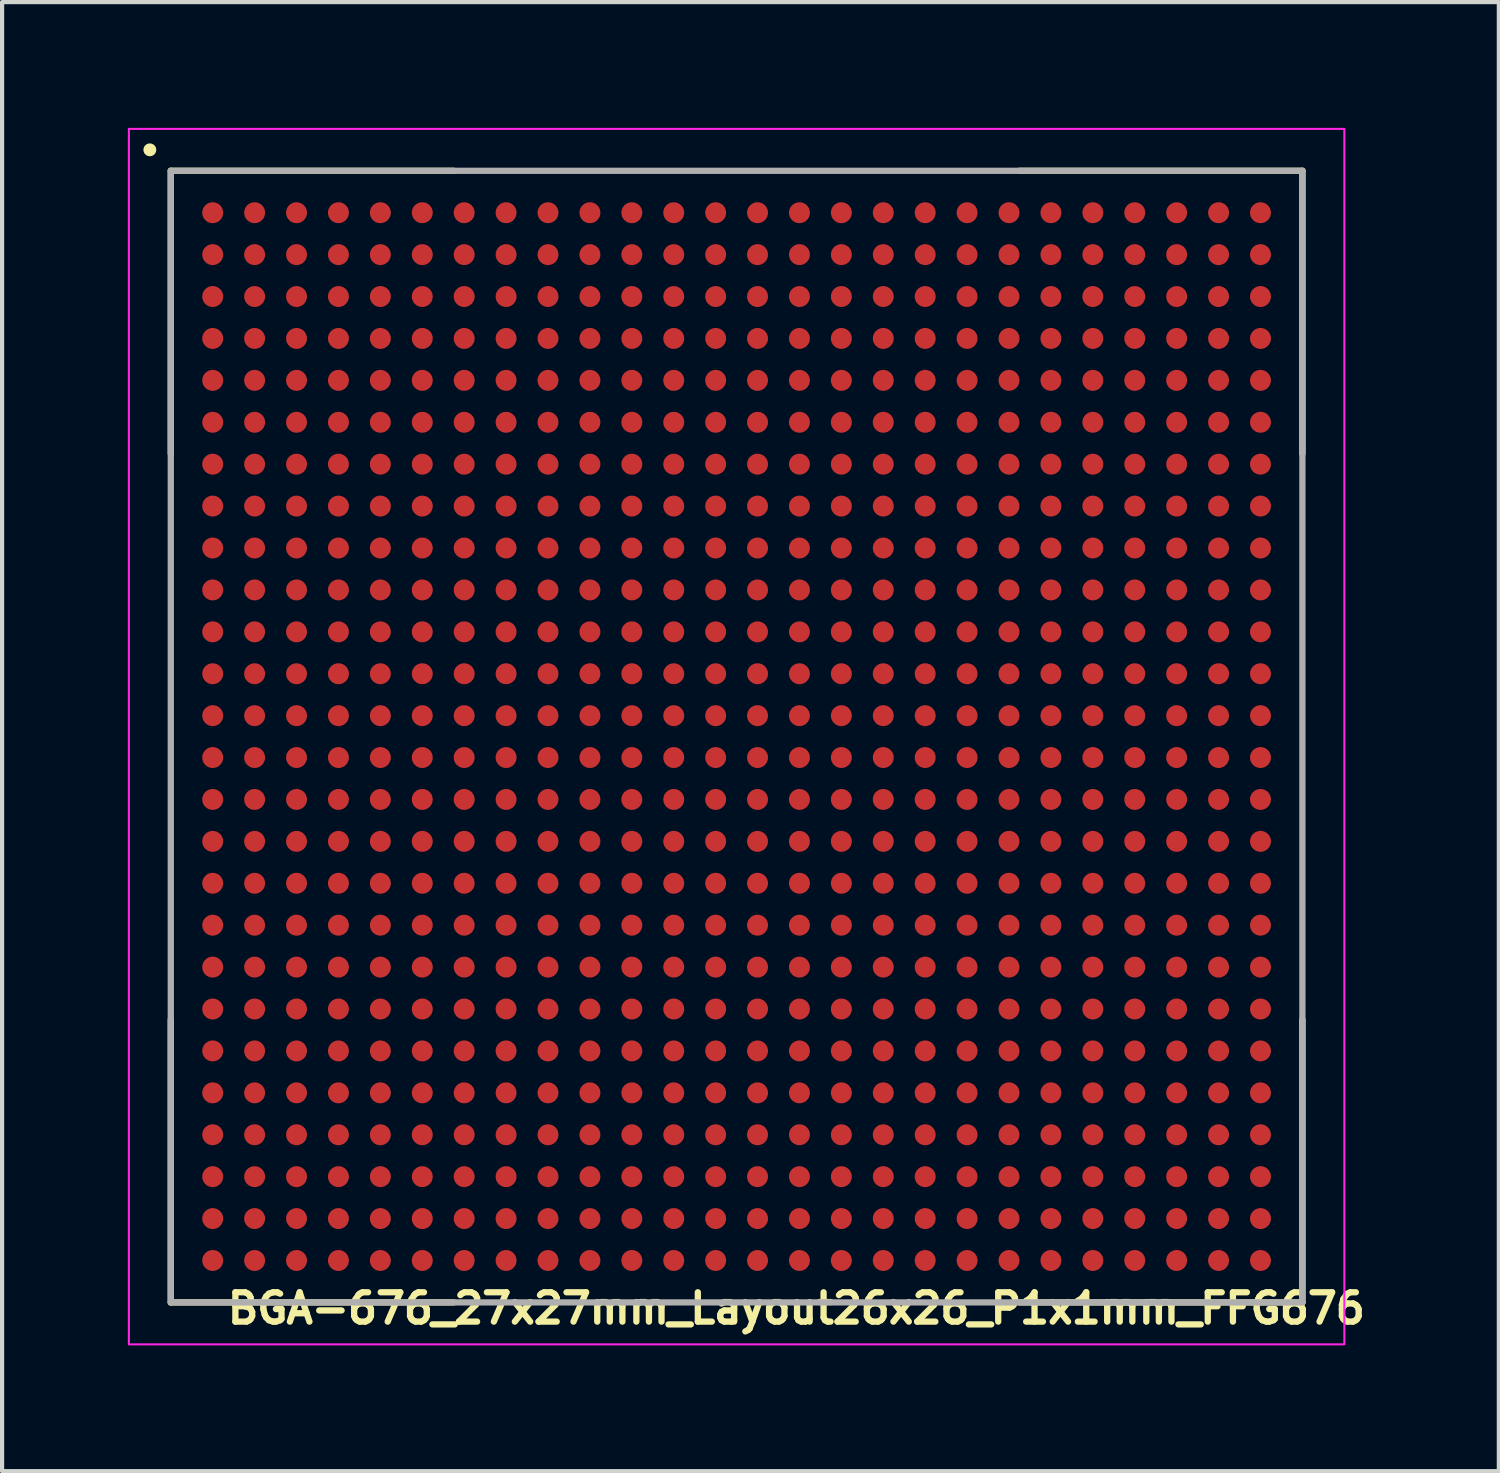
<source format=kicad_pcb>
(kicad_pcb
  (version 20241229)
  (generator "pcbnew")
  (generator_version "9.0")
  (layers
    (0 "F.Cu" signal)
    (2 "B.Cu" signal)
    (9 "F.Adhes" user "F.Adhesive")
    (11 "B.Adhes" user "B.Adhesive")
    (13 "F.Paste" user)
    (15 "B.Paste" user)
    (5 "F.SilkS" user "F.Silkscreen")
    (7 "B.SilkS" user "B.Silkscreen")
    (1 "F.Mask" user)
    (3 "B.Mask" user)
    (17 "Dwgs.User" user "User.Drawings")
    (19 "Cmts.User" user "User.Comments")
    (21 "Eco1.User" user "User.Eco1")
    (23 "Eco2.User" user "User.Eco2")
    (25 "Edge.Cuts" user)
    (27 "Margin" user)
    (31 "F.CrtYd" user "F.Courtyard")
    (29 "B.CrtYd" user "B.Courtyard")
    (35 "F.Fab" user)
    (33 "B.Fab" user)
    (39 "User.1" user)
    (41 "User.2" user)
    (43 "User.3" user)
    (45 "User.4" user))
  (footprint "BGA-676_27x27mm_Layout26x26_P1x1mm_FFG676"
    (layer "F.Cu")
    (at 14.525 14.525)
    (property "Reference" "BGA-676_27x27mm_Layout26x26_P1x1mm_FFG676" (at -12.224 14.051 0) (layer "F.SilkS") (effects (font (size 0.7 0.7) (thickness 0.15)) (justify left bottom)))
    (attr smd)
    (fp_line (start -13.5 -13.5) (end -13.5 -6.75) (stroke (width 0.15) (type solid)) (layer "F.SilkS"))
    (fp_line (start -13.5 -13.5) (end -6.75 -13.5) (stroke (width 0.15) (type solid)) (layer "F.SilkS"))
    (fp_line (start -13.5 13.499) (end -13.5 6.749) (stroke (width 0.15) (type solid)) (layer "F.SilkS"))
    (fp_line (start -13.5 13.499) (end -6.75 13.499) (stroke (width 0.15) (type solid)) (layer "F.SilkS"))
    (fp_line (start 13.499 -13.5) (end 6.749 -13.5) (stroke (width 0.15) (type solid)) (layer "F.SilkS"))
    (fp_line (start 13.499 -13.5) (end 13.499 -6.75) (stroke (width 0.15) (type solid)) (layer "F.SilkS"))
    (fp_line (start 13.499 13.499) (end 6.749 13.499) (stroke (width 0.15) (type solid)) (layer "F.SilkS"))
    (fp_line (start 13.499 13.499) (end 13.499 6.749) (stroke (width 0.15) (type solid)) (layer "F.SilkS"))
    (fp_circle (center -14 -14) (end -13.95 -13.94) (stroke (width 0.15) (type solid)) (fill yes) (layer "F.SilkS"))
    (fp_rect (start -14.5 -14.5) (end 14.5 14.5) (stroke (width 0.05) (type solid)) (fill no) (layer "F.CrtYd"))
    (fp_rect (start -13.5 -13.5) (end 13.499 13.499) (stroke (width 0.15) (type solid)) (fill no) (layer "F.Fab"))
    (fp_rect (start -13.5 -13.5) (end 13.5 13.5) (stroke (width 0.1) (type solid)) (fill no) (layer "User.5"))
    (fp_line (start -13.5 -13.5) (end 13.499 -13.5) (stroke (width 0.02) (type solid)) (layer "User.9"))
    (fp_line (start -13.5 13.499) (end -13.5 -13.5) (stroke (width 0.02) (type solid)) (layer "User.9"))
    (fp_line (start -12.901 -12.901) (end -12.901 -11.7) (stroke (width 0.02) (type solid)) (layer "User.9"))
    (fp_line (start -12.901 -12.901) (end -12.901 -11.7) (stroke (width 0.02) (type solid)) (layer "User.9"))
    (fp_line (start -12.901 -11.7) (end -11.7 -12.901) (stroke (width 0.02) (type solid)) (layer "User.9"))
    (fp_line (start -12.901 -11.7) (end -11.7 -12.901) (stroke (width 0.02) (type solid)) (layer "User.9"))
    (fp_line (start -11.7 -12.901) (end -12.901 -12.901) (stroke (width 0.02) (type solid)) (layer "User.9"))
    (fp_line (start -11.7 -12.901) (end -12.901 -12.901) (stroke (width 0.02) (type solid)) (layer "User.9"))
    (fp_line (start -8.551 -9.401) (end -8.551 9.4) (stroke (width 0.02) (type solid)) (layer "User.9"))
    (fp_line (start -8.551 9.4) (end -8.549 9.449) (stroke (width 0.02) (type solid)) (layer "User.9"))
    (fp_line (start -8.549 -9.45) (end -8.551 -9.401) (stroke (width 0.02) (type solid)) (layer "User.9"))
    (fp_line (start -8.549 9.449) (end -8.546 9.498) (stroke (width 0.02) (type solid)) (layer "User.9"))
    (fp_line (start -8.546 -9.499) (end -8.549 -9.45) (stroke (width 0.02) (type solid)) (layer "User.9"))
    (fp_line (start -8.546 9.498) (end -8.54 9.547) (stroke (width 0.02) (type solid)) (layer "User.9"))
    (fp_line (start -8.54 -9.548) (end -8.546 -9.499) (stroke (width 0.02) (type solid)) (layer "User.9"))
    (fp_line (start -8.54 9.547) (end -8.531 9.596) (stroke (width 0.02) (type solid)) (layer "User.9"))
    (fp_line (start -8.531 -9.597) (end -8.54 -9.548) (stroke (width 0.02) (type solid)) (layer "User.9"))
    (fp_line (start -8.531 9.596) (end -8.52 9.643) (stroke (width 0.02) (type solid)) (layer "User.9"))
    (fp_line (start -8.52 -9.644) (end -8.531 -9.597) (stroke (width 0.02) (type solid)) (layer "User.9"))
    (fp_line (start -8.52 9.643) (end -8.507 9.69) (stroke (width 0.02) (type solid)) (layer "User.9"))
    (fp_line (start -8.507 -9.691) (end -8.52 -9.644) (stroke (width 0.02) (type solid)) (layer "User.9"))
    (fp_line (start -8.507 9.69) (end -8.492 9.737) (stroke (width 0.02) (type solid)) (layer "User.9"))
    (fp_line (start -8.492 -9.738) (end -8.507 -9.691) (stroke (width 0.02) (type solid)) (layer "User.9"))
    (fp_line (start -8.492 9.737) (end -8.474 9.782) (stroke (width 0.02) (type solid)) (layer "User.9"))
    (fp_line (start -8.474 -9.783) (end -8.492 -9.738) (stroke (width 0.02) (type solid)) (layer "User.9"))
    (fp_line (start -8.474 9.782) (end -8.455 9.827) (stroke (width 0.02) (type solid)) (layer "User.9"))
    (fp_line (start -8.455 -9.828) (end -8.474 -9.783) (stroke (width 0.02) (type solid)) (layer "User.9"))
    (fp_line (start -8.455 9.827) (end -8.433 9.87) (stroke (width 0.02) (type solid)) (layer "User.9"))
    (fp_line (start -8.433 -9.871) (end -8.455 -9.828) (stroke (width 0.02) (type solid)) (layer "User.9"))
    (fp_line (start -8.433 9.87) (end -8.409 9.913) (stroke (width 0.02) (type solid)) (layer "User.9"))
    (fp_line (start -8.409 -9.914) (end -8.433 -9.871) (stroke (width 0.02) (type solid)) (layer "User.9"))
    (fp_line (start -8.409 9.913) (end -8.382 9.954) (stroke (width 0.02) (type solid)) (layer "User.9"))
    (fp_line (start -8.382 -9.955) (end -8.409 -9.914) (stroke (width 0.02) (type solid)) (layer "User.9"))
    (fp_line (start -8.382 9.954) (end -8.354 9.994) (stroke (width 0.02) (type solid)) (layer "User.9"))
    (fp_line (start -8.354 -9.995) (end -8.382 -9.955) (stroke (width 0.02) (type solid)) (layer "User.9"))
    (fp_line (start -8.354 9.994) (end -8.324 10.033) (stroke (width 0.02) (type solid)) (layer "User.9"))
    (fp_line (start -8.324 -10.034) (end -8.354 -9.995) (stroke (width 0.02) (type solid)) (layer "User.9"))
    (fp_line (start -8.324 10.033) (end -8.292 10.071) (stroke (width 0.02) (type solid)) (layer "User.9"))
    (fp_line (start -8.292 -10.072) (end -8.324 -10.034) (stroke (width 0.02) (type solid)) (layer "User.9"))
    (fp_line (start -8.292 10.071) (end -8.258 10.107) (stroke (width 0.02) (type solid)) (layer "User.9"))
    (fp_line (start -8.258 -10.108) (end -8.292 -10.072) (stroke (width 0.02) (type solid)) (layer "User.9"))
    (fp_line (start -8.258 -10.108) (end -8.258 -10.108) (stroke (width 0.02) (type solid)) (layer "User.9"))
    (fp_line (start -8.258 10.107) (end -8.258 10.107) (stroke (width 0.02) (type solid)) (layer "User.9"))
    (fp_line (start -8.258 10.107) (end -8.222 10.141) (stroke (width 0.02) (type solid)) (layer "User.9"))
    (fp_line (start -8.222 -10.142) (end -8.258 -10.108) (stroke (width 0.02) (type solid)) (layer "User.9"))
    (fp_line (start -8.222 10.141) (end -8.184 10.173) (stroke (width 0.02) (type solid)) (layer "User.9"))
    (fp_line (start -8.184 -10.174) (end -8.222 -10.142) (stroke (width 0.02) (type solid)) (layer "User.9"))
    (fp_line (start -8.184 10.173) (end -8.145 10.203) (stroke (width 0.02) (type solid)) (layer "User.9"))
    (fp_line (start -8.145 -10.204) (end -8.184 -10.174) (stroke (width 0.02) (type solid)) (layer "User.9"))
    (fp_line (start -8.145 10.203) (end -8.105 10.231) (stroke (width 0.02) (type solid)) (layer "User.9"))
    (fp_line (start -8.105 -10.232) (end -8.145 -10.204) (stroke (width 0.02) (type solid)) (layer "User.9"))
    (fp_line (start -8.105 10.231) (end -8.064 10.258) (stroke (width 0.02) (type solid)) (layer "User.9"))
    (fp_line (start -8.064 -10.259) (end -8.105 -10.232) (stroke (width 0.02) (type solid)) (layer "User.9"))
    (fp_line (start -8.064 10.258) (end -8.021 10.282) (stroke (width 0.02) (type solid)) (layer "User.9"))
    (fp_line (start -8.021 -10.283) (end -8.064 -10.259) (stroke (width 0.02) (type solid)) (layer "User.9"))
    (fp_line (start -8.021 10.282) (end -7.978 10.304) (stroke (width 0.02) (type solid)) (layer "User.9"))
    (fp_line (start -7.978 -10.305) (end -8.021 -10.283) (stroke (width 0.02) (type solid)) (layer "User.9"))
    (fp_line (start -7.978 10.304) (end -7.933 10.323) (stroke (width 0.02) (type solid)) (layer "User.9"))
    (fp_line (start -7.933 -10.324) (end -7.978 -10.305) (stroke (width 0.02) (type solid)) (layer "User.9"))
    (fp_line (start -7.933 10.323) (end -7.888 10.341) (stroke (width 0.02) (type solid)) (layer "User.9"))
    (fp_line (start -7.888 -10.342) (end -7.933 -10.324) (stroke (width 0.02) (type solid)) (layer "User.9"))
    (fp_line (start -7.888 10.341) (end -7.841 10.356) (stroke (width 0.02) (type solid)) (layer "User.9"))
    (fp_line (start -7.841 -10.357) (end -7.888 -10.342) (stroke (width 0.02) (type solid)) (layer "User.9"))
    (fp_line (start -7.841 10.356) (end -7.794 10.369) (stroke (width 0.02) (type solid)) (layer "User.9"))
    (fp_line (start -7.794 -10.37) (end -7.841 -10.357) (stroke (width 0.02) (type solid)) (layer "User.9"))
    (fp_line (start -7.794 10.369) (end -7.747 10.38) (stroke (width 0.02) (type solid)) (layer "User.9"))
    (fp_line (start -7.747 -10.381) (end -7.794 -10.37) (stroke (width 0.02) (type solid)) (layer "User.9"))
    (fp_line (start -7.747 10.38) (end -7.698 10.389) (stroke (width 0.02) (type solid)) (layer "User.9"))
    (fp_line (start -7.698 -10.39) (end -7.747 -10.381) (stroke (width 0.02) (type solid)) (layer "User.9"))
    (fp_line (start -7.698 10.389) (end -7.649 10.395) (stroke (width 0.02) (type solid)) (layer "User.9"))
    (fp_line (start -7.649 -10.396) (end -7.698 -10.39) (stroke (width 0.02) (type solid)) (layer "User.9"))
    (fp_line (start -7.649 10.395) (end -7.6 10.398) (stroke (width 0.02) (type solid)) (layer "User.9"))
    (fp_line (start -7.6 -10.399) (end -7.649 -10.396) (stroke (width 0.02) (type solid)) (layer "User.9"))
    (fp_line (start -7.6 10.398) (end -7.55 10.4) (stroke (width 0.02) (type solid)) (layer "User.9"))
    (fp_line (start -7.55 -10.401) (end -7.6 -10.399) (stroke (width 0.02) (type solid)) (layer "User.9"))
    (fp_line (start -7.55 10.4) (end 7.549 10.4) (stroke (width 0.02) (type solid)) (layer "User.9"))
    (fp_line (start -5.55 -8.401) (end -5.55 8.4) (stroke (width 0.02) (type solid)) (layer "User.9"))
    (fp_line (start -5.55 8.4) (end 5.549 8.4) (stroke (width 0.02) (type solid)) (layer "User.9"))
    (fp_line (start 5.549 -8.401) (end -5.55 -8.401) (stroke (width 0.02) (type solid)) (layer "User.9"))
    (fp_line (start 5.549 8.4) (end 5.549 -8.401) (stroke (width 0.02) (type solid)) (layer "User.9"))
    (fp_line (start 7.549 -10.401) (end -7.55 -10.401) (stroke (width 0.02) (type solid)) (layer "User.9"))
    (fp_line (start 7.549 10.4) (end 7.599 10.398) (stroke (width 0.02) (type solid)) (layer "User.9"))
    (fp_line (start 7.599 -10.399) (end 7.549 -10.401) (stroke (width 0.02) (type solid)) (layer "User.9"))
    (fp_line (start 7.599 10.398) (end 7.648 10.395) (stroke (width 0.02) (type solid)) (layer "User.9"))
    (fp_line (start 7.648 -10.396) (end 7.599 -10.399) (stroke (width 0.02) (type solid)) (layer "User.9"))
    (fp_line (start 7.648 10.395) (end 7.697 10.389) (stroke (width 0.02) (type solid)) (layer "User.9"))
    (fp_line (start 7.697 -10.39) (end 7.648 -10.396) (stroke (width 0.02) (type solid)) (layer "User.9"))
    (fp_line (start 7.697 10.389) (end 7.746 10.38) (stroke (width 0.02) (type solid)) (layer "User.9"))
    (fp_line (start 7.746 -10.381) (end 7.697 -10.39) (stroke (width 0.02) (type solid)) (layer "User.9"))
    (fp_line (start 7.746 10.38) (end 7.793 10.369) (stroke (width 0.02) (type solid)) (layer "User.9"))
    (fp_line (start 7.793 -10.37) (end 7.746 -10.381) (stroke (width 0.02) (type solid)) (layer "User.9"))
    (fp_line (start 7.793 10.369) (end 7.84 10.356) (stroke (width 0.02) (type solid)) (layer "User.9"))
    (fp_line (start 7.84 -10.357) (end 7.793 -10.37) (stroke (width 0.02) (type solid)) (layer "User.9"))
    (fp_line (start 7.84 10.356) (end 7.887 10.341) (stroke (width 0.02) (type solid)) (layer "User.9"))
    (fp_line (start 7.887 -10.342) (end 7.84 -10.357) (stroke (width 0.02) (type solid)) (layer "User.9"))
    (fp_line (start 7.887 10.341) (end 7.932 10.323) (stroke (width 0.02) (type solid)) (layer "User.9"))
    (fp_line (start 7.932 -10.324) (end 7.887 -10.342) (stroke (width 0.02) (type solid)) (layer "User.9"))
    (fp_line (start 7.932 10.323) (end 7.977 10.304) (stroke (width 0.02) (type solid)) (layer "User.9"))
    (fp_line (start 7.977 -10.305) (end 7.932 -10.324) (stroke (width 0.02) (type solid)) (layer "User.9"))
    (fp_line (start 7.977 10.304) (end 8.02 10.282) (stroke (width 0.02) (type solid)) (layer "User.9"))
    (fp_line (start 8.02 -10.283) (end 7.977 -10.305) (stroke (width 0.02) (type solid)) (layer "User.9"))
    (fp_line (start 8.02 10.282) (end 8.063 10.258) (stroke (width 0.02) (type solid)) (layer "User.9"))
    (fp_line (start 8.063 -10.259) (end 8.02 -10.283) (stroke (width 0.02) (type solid)) (layer "User.9"))
    (fp_line (start 8.063 10.258) (end 8.104 10.231) (stroke (width 0.02) (type solid)) (layer "User.9"))
    (fp_line (start 8.104 -10.232) (end 8.063 -10.259) (stroke (width 0.02) (type solid)) (layer "User.9"))
    (fp_line (start 8.104 10.231) (end 8.144 10.203) (stroke (width 0.02) (type solid)) (layer "User.9"))
    (fp_line (start 8.144 -10.204) (end 8.104 -10.232) (stroke (width 0.02) (type solid)) (layer "User.9"))
    (fp_line (start 8.144 10.203) (end 8.183 10.173) (stroke (width 0.02) (type solid)) (layer "User.9"))
    (fp_line (start 8.183 -10.174) (end 8.144 -10.204) (stroke (width 0.02) (type solid)) (layer "User.9"))
    (fp_line (start 8.183 10.173) (end 8.221 10.141) (stroke (width 0.02) (type solid)) (layer "User.9"))
    (fp_line (start 8.221 -10.142) (end 8.183 -10.174) (stroke (width 0.02) (type solid)) (layer "User.9"))
    (fp_line (start 8.221 10.141) (end 8.257 10.107) (stroke (width 0.02) (type solid)) (layer "User.9"))
    (fp_line (start 8.257 -10.108) (end 8.221 -10.142) (stroke (width 0.02) (type solid)) (layer "User.9"))
    (fp_line (start 8.257 -10.108) (end 8.257 -10.108) (stroke (width 0.02) (type solid)) (layer "User.9"))
    (fp_line (start 8.257 10.107) (end 8.257 10.107) (stroke (width 0.02) (type solid)) (layer "User.9"))
    (fp_line (start 8.257 10.107) (end 8.291 10.071) (stroke (width 0.02) (type solid)) (layer "User.9"))
    (fp_line (start 8.291 -10.072) (end 8.257 -10.108) (stroke (width 0.02) (type solid)) (layer "User.9"))
    (fp_line (start 8.291 10.071) (end 8.323 10.033) (stroke (width 0.02) (type solid)) (layer "User.9"))
    (fp_line (start 8.323 -10.034) (end 8.291 -10.072) (stroke (width 0.02) (type solid)) (layer "User.9"))
    (fp_line (start 8.323 10.033) (end 8.353 9.994) (stroke (width 0.02) (type solid)) (layer "User.9"))
    (fp_line (start 8.353 -9.995) (end 8.323 -10.034) (stroke (width 0.02) (type solid)) (layer "User.9"))
    (fp_line (start 8.353 9.994) (end 8.381 9.954) (stroke (width 0.02) (type solid)) (layer "User.9"))
    (fp_line (start 8.381 -9.955) (end 8.353 -9.995) (stroke (width 0.02) (type solid)) (layer "User.9"))
    (fp_line (start 8.381 9.954) (end 8.408 9.913) (stroke (width 0.02) (type solid)) (layer "User.9"))
    (fp_line (start 8.408 -9.914) (end 8.381 -9.955) (stroke (width 0.02) (type solid)) (layer "User.9"))
    (fp_line (start 8.408 9.913) (end 8.432 9.87) (stroke (width 0.02) (type solid)) (layer "User.9"))
    (fp_line (start 8.432 -9.871) (end 8.408 -9.914) (stroke (width 0.02) (type solid)) (layer "User.9"))
    (fp_line (start 8.432 9.87) (end 8.454 9.827) (stroke (width 0.02) (type solid)) (layer "User.9"))
    (fp_line (start 8.454 -9.828) (end 8.432 -9.871) (stroke (width 0.02) (type solid)) (layer "User.9"))
    (fp_line (start 8.454 9.827) (end 8.473 9.782) (stroke (width 0.02) (type solid)) (layer "User.9"))
    (fp_line (start 8.473 -9.783) (end 8.454 -9.828) (stroke (width 0.02) (type solid)) (layer "User.9"))
    (fp_line (start 8.473 9.782) (end 8.491 9.737) (stroke (width 0.02) (type solid)) (layer "User.9"))
    (fp_line (start 8.491 -9.738) (end 8.473 -9.783) (stroke (width 0.02) (type solid)) (layer "User.9"))
    (fp_line (start 8.491 9.737) (end 8.506 9.69) (stroke (width 0.02) (type solid)) (layer "User.9"))
    (fp_line (start 8.506 -9.691) (end 8.491 -9.738) (stroke (width 0.02) (type solid)) (layer "User.9"))
    (fp_line (start 8.506 9.69) (end 8.519 9.643) (stroke (width 0.02) (type solid)) (layer "User.9"))
    (fp_line (start 8.519 -9.644) (end 8.506 -9.691) (stroke (width 0.02) (type solid)) (layer "User.9"))
    (fp_line (start 8.519 9.643) (end 8.53 9.596) (stroke (width 0.02) (type solid)) (layer "User.9"))
    (fp_line (start 8.53 -9.597) (end 8.519 -9.644) (stroke (width 0.02) (type solid)) (layer "User.9"))
    (fp_line (start 8.53 9.596) (end 8.539 9.547) (stroke (width 0.02) (type solid)) (layer "User.9"))
    (fp_line (start 8.539 -9.548) (end 8.53 -9.597) (stroke (width 0.02) (type solid)) (layer "User.9"))
    (fp_line (start 8.539 9.547) (end 8.545 9.498) (stroke (width 0.02) (type solid)) (layer "User.9"))
    (fp_line (start 8.545 -9.499) (end 8.539 -9.548) (stroke (width 0.02) (type solid)) (layer "User.9"))
    (fp_line (start 8.545 9.498) (end 8.548 9.449) (stroke (width 0.02) (type solid)) (layer "User.9"))
    (fp_line (start 8.548 -9.45) (end 8.545 -9.499) (stroke (width 0.02) (type solid)) (layer "User.9"))
    (fp_line (start 8.548 9.449) (end 8.55 9.4) (stroke (width 0.02) (type solid)) (layer "User.9"))
    (fp_line (start 8.55 -9.401) (end 8.548 -9.45) (stroke (width 0.02) (type solid)) (layer "User.9"))
    (fp_line (start 8.55 9.4) (end 8.55 -9.401) (stroke (width 0.02) (type solid)) (layer "User.9"))
    (fp_line (start 13.499 -13.5) (end 13.499 13.499) (stroke (width 0.02) (type solid)) (layer "User.9"))
    (fp_line (start 13.499 13.499) (end -13.5 13.499) (stroke (width 0.02) (type solid)) (layer "User.9"))
    (pad "A1" smd circle (at -12.5 -12.5) (size 0.5 0.5) (layers "F.Cu" "F.Mask" "F.Paste"))
    (pad "A2" smd circle (at -11.5 -12.5) (size 0.5 0.5) (layers "F.Cu" "F.Mask" "F.Paste"))
    (pad "A3" smd circle (at -10.5 -12.5) (size 0.5 0.5) (layers "F.Cu" "F.Mask" "F.Paste"))
    (pad "A4" smd circle (at -9.5 -12.5) (size 0.5 0.5) (layers "F.Cu" "F.Mask" "F.Paste"))
    (pad "A5" smd circle (at -8.5 -12.5) (size 0.5 0.5) (layers "F.Cu" "F.Mask" "F.Paste"))
    (pad "A6" smd circle (at -7.5 -12.5) (size 0.5 0.5) (layers "F.Cu" "F.Mask" "F.Paste"))
    (pad "A7" smd circle (at -6.5 -12.5) (size 0.5 0.5) (layers "F.Cu" "F.Mask" "F.Paste"))
    (pad "A8" smd circle (at -5.5 -12.5) (size 0.5 0.5) (layers "F.Cu" "F.Mask" "F.Paste"))
    (pad "A9" smd circle (at -4.5 -12.5) (size 0.5 0.5) (layers "F.Cu" "F.Mask" "F.Paste"))
    (pad "A10" smd circle (at -3.5 -12.5) (size 0.5 0.5) (layers "F.Cu" "F.Mask" "F.Paste"))
    (pad "A11" smd circle (at -2.5 -12.5) (size 0.5 0.5) (layers "F.Cu" "F.Mask" "F.Paste"))
    (pad "A12" smd circle (at -1.5 -12.5) (size 0.5 0.5) (layers "F.Cu" "F.Mask" "F.Paste"))
    (pad "A13" smd circle (at -0.5 -12.5) (size 0.5 0.5) (layers "F.Cu" "F.Mask" "F.Paste"))
    (pad "A14" smd circle (at 0.499 -12.5) (size 0.5 0.5) (layers "F.Cu" "F.Mask" "F.Paste"))
    (pad "A15" smd circle (at 1.499 -12.5) (size 0.5 0.5) (layers "F.Cu" "F.Mask" "F.Paste"))
    (pad "A16" smd circle (at 2.499 -12.5) (size 0.5 0.5) (layers "F.Cu" "F.Mask" "F.Paste"))
    (pad "A17" smd circle (at 3.499 -12.5) (size 0.5 0.5) (layers "F.Cu" "F.Mask" "F.Paste"))
    (pad "A18" smd circle (at 4.499 -12.5) (size 0.5 0.5) (layers "F.Cu" "F.Mask" "F.Paste"))
    (pad "A19" smd circle (at 5.499 -12.5) (size 0.5 0.5) (layers "F.Cu" "F.Mask" "F.Paste"))
    (pad "A20" smd circle (at 6.499 -12.5) (size 0.5 0.5) (layers "F.Cu" "F.Mask" "F.Paste"))
    (pad "A21" smd circle (at 7.499 -12.5) (size 0.5 0.5) (layers "F.Cu" "F.Mask" "F.Paste"))
    (pad "A22" smd circle (at 8.499 -12.5) (size 0.5 0.5) (layers "F.Cu" "F.Mask" "F.Paste"))
    (pad "A23" smd circle (at 9.499 -12.5) (size 0.5 0.5) (layers "F.Cu" "F.Mask" "F.Paste"))
    (pad "A24" smd circle (at 10.499 -12.5) (size 0.5 0.5) (layers "F.Cu" "F.Mask" "F.Paste"))
    (pad "A25" smd circle (at 11.499 -12.5) (size 0.5 0.5) (layers "F.Cu" "F.Mask" "F.Paste"))
    (pad "A26" smd circle (at 12.499 -12.5) (size 0.5 0.5) (layers "F.Cu" "F.Mask" "F.Paste"))
    (pad "AA1" smd circle (at -12.5 7.499) (size 0.5 0.5) (layers "F.Cu" "F.Mask" "F.Paste"))
    (pad "AA2" smd circle (at -11.5 7.499) (size 0.5 0.5) (layers "F.Cu" "F.Mask" "F.Paste"))
    (pad "AA3" smd circle (at -10.5 7.499) (size 0.5 0.5) (layers "F.Cu" "F.Mask" "F.Paste"))
    (pad "AA4" smd circle (at -9.5 7.499) (size 0.5 0.5) (layers "F.Cu" "F.Mask" "F.Paste"))
    (pad "AA5" smd circle (at -8.5 7.499) (size 0.5 0.5) (layers "F.Cu" "F.Mask" "F.Paste"))
    (pad "AA6" smd circle (at -7.5 7.499) (size 0.5 0.5) (layers "F.Cu" "F.Mask" "F.Paste"))
    (pad "AA7" smd circle (at -6.5 7.499) (size 0.5 0.5) (layers "F.Cu" "F.Mask" "F.Paste"))
    (pad "AA8" smd circle (at -5.5 7.499) (size 0.5 0.5) (layers "F.Cu" "F.Mask" "F.Paste"))
    (pad "AA9" smd circle (at -4.5 7.499) (size 0.5 0.5) (layers "F.Cu" "F.Mask" "F.Paste"))
    (pad "AA10" smd circle (at -3.5 7.499) (size 0.5 0.5) (layers "F.Cu" "F.Mask" "F.Paste"))
    (pad "AA11" smd circle (at -2.5 7.499) (size 0.5 0.5) (layers "F.Cu" "F.Mask" "F.Paste"))
    (pad "AA12" smd circle (at -1.5 7.499) (size 0.5 0.5) (layers "F.Cu" "F.Mask" "F.Paste"))
    (pad "AA13" smd circle (at -0.5 7.499) (size 0.5 0.5) (layers "F.Cu" "F.Mask" "F.Paste"))
    (pad "AA14" smd circle (at 0.499 7.499) (size 0.5 0.5) (layers "F.Cu" "F.Mask" "F.Paste"))
    (pad "AA15" smd circle (at 1.499 7.499) (size 0.5 0.5) (layers "F.Cu" "F.Mask" "F.Paste"))
    (pad "AA16" smd circle (at 2.499 7.499) (size 0.5 0.5) (layers "F.Cu" "F.Mask" "F.Paste"))
    (pad "AA17" smd circle (at 3.499 7.499) (size 0.5 0.5) (layers "F.Cu" "F.Mask" "F.Paste"))
    (pad "AA18" smd circle (at 4.499 7.499) (size 0.5 0.5) (layers "F.Cu" "F.Mask" "F.Paste"))
    (pad "AA19" smd circle (at 5.499 7.499) (size 0.5 0.5) (layers "F.Cu" "F.Mask" "F.Paste"))
    (pad "AA20" smd circle (at 6.499 7.499) (size 0.5 0.5) (layers "F.Cu" "F.Mask" "F.Paste"))
    (pad "AA21" smd circle (at 7.499 7.499) (size 0.5 0.5) (layers "F.Cu" "F.Mask" "F.Paste"))
    (pad "AA22" smd circle (at 8.499 7.499) (size 0.5 0.5) (layers "F.Cu" "F.Mask" "F.Paste"))
    (pad "AA23" smd circle (at 9.499 7.499) (size 0.5 0.5) (layers "F.Cu" "F.Mask" "F.Paste"))
    (pad "AA24" smd circle (at 10.499 7.499) (size 0.5 0.5) (layers "F.Cu" "F.Mask" "F.Paste"))
    (pad "AA25" smd circle (at 11.499 7.499) (size 0.5 0.5) (layers "F.Cu" "F.Mask" "F.Paste"))
    (pad "AA26" smd circle (at 12.499 7.499) (size 0.5 0.5) (layers "F.Cu" "F.Mask" "F.Paste"))
    (pad "AB1" smd circle (at -12.5 8.499) (size 0.5 0.5) (layers "F.Cu" "F.Mask" "F.Paste"))
    (pad "AB2" smd circle (at -11.5 8.499) (size 0.5 0.5) (layers "F.Cu" "F.Mask" "F.Paste"))
    (pad "AB3" smd circle (at -10.5 8.499) (size 0.5 0.5) (layers "F.Cu" "F.Mask" "F.Paste"))
    (pad "AB4" smd circle (at -9.5 8.499) (size 0.5 0.5) (layers "F.Cu" "F.Mask" "F.Paste"))
    (pad "AB5" smd circle (at -8.5 8.499) (size 0.5 0.5) (layers "F.Cu" "F.Mask" "F.Paste"))
    (pad "AB6" smd circle (at -7.5 8.499) (size 0.5 0.5) (layers "F.Cu" "F.Mask" "F.Paste"))
    (pad "AB7" smd circle (at -6.5 8.499) (size 0.5 0.5) (layers "F.Cu" "F.Mask" "F.Paste"))
    (pad "AB8" smd circle (at -5.5 8.499) (size 0.5 0.5) (layers "F.Cu" "F.Mask" "F.Paste"))
    (pad "AB9" smd circle (at -4.5 8.499) (size 0.5 0.5) (layers "F.Cu" "F.Mask" "F.Paste"))
    (pad "AB10" smd circle (at -3.5 8.499) (size 0.5 0.5) (layers "F.Cu" "F.Mask" "F.Paste"))
    (pad "AB11" smd circle (at -2.5 8.499) (size 0.5 0.5) (layers "F.Cu" "F.Mask" "F.Paste"))
    (pad "AB12" smd circle (at -1.5 8.499) (size 0.5 0.5) (layers "F.Cu" "F.Mask" "F.Paste"))
    (pad "AB13" smd circle (at -0.5 8.499) (size 0.5 0.5) (layers "F.Cu" "F.Mask" "F.Paste"))
    (pad "AB14" smd circle (at 0.499 8.499) (size 0.5 0.5) (layers "F.Cu" "F.Mask" "F.Paste"))
    (pad "AB15" smd circle (at 1.499 8.499) (size 0.5 0.5) (layers "F.Cu" "F.Mask" "F.Paste"))
    (pad "AB16" smd circle (at 2.499 8.499) (size 0.5 0.5) (layers "F.Cu" "F.Mask" "F.Paste"))
    (pad "AB17" smd circle (at 3.499 8.499) (size 0.5 0.5) (layers "F.Cu" "F.Mask" "F.Paste"))
    (pad "AB18" smd circle (at 4.499 8.499) (size 0.5 0.5) (layers "F.Cu" "F.Mask" "F.Paste"))
    (pad "AB19" smd circle (at 5.499 8.499) (size 0.5 0.5) (layers "F.Cu" "F.Mask" "F.Paste"))
    (pad "AB20" smd circle (at 6.499 8.499) (size 0.5 0.5) (layers "F.Cu" "F.Mask" "F.Paste"))
    (pad "AB21" smd circle (at 7.499 8.499) (size 0.5 0.5) (layers "F.Cu" "F.Mask" "F.Paste"))
    (pad "AB22" smd circle (at 8.499 8.499) (size 0.5 0.5) (layers "F.Cu" "F.Mask" "F.Paste"))
    (pad "AB23" smd circle (at 9.499 8.499) (size 0.5 0.5) (layers "F.Cu" "F.Mask" "F.Paste"))
    (pad "AB24" smd circle (at 10.499 8.499) (size 0.5 0.5) (layers "F.Cu" "F.Mask" "F.Paste"))
    (pad "AB25" smd circle (at 11.499 8.499) (size 0.5 0.5) (layers "F.Cu" "F.Mask" "F.Paste"))
    (pad "AB26" smd circle (at 12.499 8.499) (size 0.5 0.5) (layers "F.Cu" "F.Mask" "F.Paste"))
    (pad "AC1" smd circle (at -12.5 9.499) (size 0.5 0.5) (layers "F.Cu" "F.Mask" "F.Paste"))
    (pad "AC2" smd circle (at -11.5 9.499) (size 0.5 0.5) (layers "F.Cu" "F.Mask" "F.Paste"))
    (pad "AC3" smd circle (at -10.5 9.499) (size 0.5 0.5) (layers "F.Cu" "F.Mask" "F.Paste"))
    (pad "AC4" smd circle (at -9.5 9.499) (size 0.5 0.5) (layers "F.Cu" "F.Mask" "F.Paste"))
    (pad "AC5" smd circle (at -8.5 9.499) (size 0.5 0.5) (layers "F.Cu" "F.Mask" "F.Paste"))
    (pad "AC6" smd circle (at -7.5 9.499) (size 0.5 0.5) (layers "F.Cu" "F.Mask" "F.Paste"))
    (pad "AC7" smd circle (at -6.5 9.499) (size 0.5 0.5) (layers "F.Cu" "F.Mask" "F.Paste"))
    (pad "AC8" smd circle (at -5.5 9.499) (size 0.5 0.5) (layers "F.Cu" "F.Mask" "F.Paste"))
    (pad "AC9" smd circle (at -4.5 9.499) (size 0.5 0.5) (layers "F.Cu" "F.Mask" "F.Paste"))
    (pad "AC10" smd circle (at -3.5 9.499) (size 0.5 0.5) (layers "F.Cu" "F.Mask" "F.Paste"))
    (pad "AC11" smd circle (at -2.5 9.499) (size 0.5 0.5) (layers "F.Cu" "F.Mask" "F.Paste"))
    (pad "AC12" smd circle (at -1.5 9.499) (size 0.5 0.5) (layers "F.Cu" "F.Mask" "F.Paste"))
    (pad "AC13" smd circle (at -0.5 9.499) (size 0.5 0.5) (layers "F.Cu" "F.Mask" "F.Paste"))
    (pad "AC14" smd circle (at 0.499 9.499) (size 0.5 0.5) (layers "F.Cu" "F.Mask" "F.Paste"))
    (pad "AC15" smd circle (at 1.499 9.499) (size 0.5 0.5) (layers "F.Cu" "F.Mask" "F.Paste"))
    (pad "AC16" smd circle (at 2.499 9.499) (size 0.5 0.5) (layers "F.Cu" "F.Mask" "F.Paste"))
    (pad "AC17" smd circle (at 3.499 9.499) (size 0.5 0.5) (layers "F.Cu" "F.Mask" "F.Paste"))
    (pad "AC18" smd circle (at 4.499 9.499) (size 0.5 0.5) (layers "F.Cu" "F.Mask" "F.Paste"))
    (pad "AC19" smd circle (at 5.499 9.499) (size 0.5 0.5) (layers "F.Cu" "F.Mask" "F.Paste"))
    (pad "AC20" smd circle (at 6.499 9.499) (size 0.5 0.5) (layers "F.Cu" "F.Mask" "F.Paste"))
    (pad "AC21" smd circle (at 7.499 9.499) (size 0.5 0.5) (layers "F.Cu" "F.Mask" "F.Paste"))
    (pad "AC22" smd circle (at 8.499 9.499) (size 0.5 0.5) (layers "F.Cu" "F.Mask" "F.Paste"))
    (pad "AC23" smd circle (at 9.499 9.499) (size 0.5 0.5) (layers "F.Cu" "F.Mask" "F.Paste"))
    (pad "AC24" smd circle (at 10.499 9.499) (size 0.5 0.5) (layers "F.Cu" "F.Mask" "F.Paste"))
    (pad "AC25" smd circle (at 11.499 9.499) (size 0.5 0.5) (layers "F.Cu" "F.Mask" "F.Paste"))
    (pad "AC26" smd circle (at 12.499 9.499) (size 0.5 0.5) (layers "F.Cu" "F.Mask" "F.Paste"))
    (pad "AD1" smd circle (at -12.5 10.499) (size 0.5 0.5) (layers "F.Cu" "F.Mask" "F.Paste"))
    (pad "AD2" smd circle (at -11.5 10.499) (size 0.5 0.5) (layers "F.Cu" "F.Mask" "F.Paste"))
    (pad "AD3" smd circle (at -10.5 10.499) (size 0.5 0.5) (layers "F.Cu" "F.Mask" "F.Paste"))
    (pad "AD4" smd circle (at -9.5 10.499) (size 0.5 0.5) (layers "F.Cu" "F.Mask" "F.Paste"))
    (pad "AD5" smd circle (at -8.5 10.499) (size 0.5 0.5) (layers "F.Cu" "F.Mask" "F.Paste"))
    (pad "AD6" smd circle (at -7.5 10.499) (size 0.5 0.5) (layers "F.Cu" "F.Mask" "F.Paste"))
    (pad "AD7" smd circle (at -6.5 10.499) (size 0.5 0.5) (layers "F.Cu" "F.Mask" "F.Paste"))
    (pad "AD8" smd circle (at -5.5 10.499) (size 0.5 0.5) (layers "F.Cu" "F.Mask" "F.Paste"))
    (pad "AD9" smd circle (at -4.5 10.499) (size 0.5 0.5) (layers "F.Cu" "F.Mask" "F.Paste"))
    (pad "AD10" smd circle (at -3.5 10.499) (size 0.5 0.5) (layers "F.Cu" "F.Mask" "F.Paste"))
    (pad "AD11" smd circle (at -2.5 10.499) (size 0.5 0.5) (layers "F.Cu" "F.Mask" "F.Paste"))
    (pad "AD12" smd circle (at -1.5 10.499) (size 0.5 0.5) (layers "F.Cu" "F.Mask" "F.Paste"))
    (pad "AD13" smd circle (at -0.5 10.499) (size 0.5 0.5) (layers "F.Cu" "F.Mask" "F.Paste"))
    (pad "AD14" smd circle (at 0.499 10.499) (size 0.5 0.5) (layers "F.Cu" "F.Mask" "F.Paste"))
    (pad "AD15" smd circle (at 1.499 10.499) (size 0.5 0.5) (layers "F.Cu" "F.Mask" "F.Paste"))
    (pad "AD16" smd circle (at 2.499 10.499) (size 0.5 0.5) (layers "F.Cu" "F.Mask" "F.Paste"))
    (pad "AD17" smd circle (at 3.499 10.499) (size 0.5 0.5) (layers "F.Cu" "F.Mask" "F.Paste"))
    (pad "AD18" smd circle (at 4.499 10.499) (size 0.5 0.5) (layers "F.Cu" "F.Mask" "F.Paste"))
    (pad "AD19" smd circle (at 5.499 10.499) (size 0.5 0.5) (layers "F.Cu" "F.Mask" "F.Paste"))
    (pad "AD20" smd circle (at 6.499 10.499) (size 0.5 0.5) (layers "F.Cu" "F.Mask" "F.Paste"))
    (pad "AD21" smd circle (at 7.499 10.499) (size 0.5 0.5) (layers "F.Cu" "F.Mask" "F.Paste"))
    (pad "AD22" smd circle (at 8.499 10.499) (size 0.5 0.5) (layers "F.Cu" "F.Mask" "F.Paste"))
    (pad "AD23" smd circle (at 9.499 10.499) (size 0.5 0.5) (layers "F.Cu" "F.Mask" "F.Paste"))
    (pad "AD24" smd circle (at 10.499 10.499) (size 0.5 0.5) (layers "F.Cu" "F.Mask" "F.Paste"))
    (pad "AD25" smd circle (at 11.499 10.499) (size 0.5 0.5) (layers "F.Cu" "F.Mask" "F.Paste"))
    (pad "AD26" smd circle (at 12.499 10.499) (size 0.5 0.5) (layers "F.Cu" "F.Mask" "F.Paste"))
    (pad "AE1" smd circle (at -12.5 11.499) (size 0.5 0.5) (layers "F.Cu" "F.Mask" "F.Paste"))
    (pad "AE2" smd circle (at -11.5 11.499) (size 0.5 0.5) (layers "F.Cu" "F.Mask" "F.Paste"))
    (pad "AE3" smd circle (at -10.5 11.499) (size 0.5 0.5) (layers "F.Cu" "F.Mask" "F.Paste"))
    (pad "AE4" smd circle (at -9.5 11.499) (size 0.5 0.5) (layers "F.Cu" "F.Mask" "F.Paste"))
    (pad "AE5" smd circle (at -8.5 11.499) (size 0.5 0.5) (layers "F.Cu" "F.Mask" "F.Paste"))
    (pad "AE6" smd circle (at -7.5 11.499) (size 0.5 0.5) (layers "F.Cu" "F.Mask" "F.Paste"))
    (pad "AE7" smd circle (at -6.5 11.499) (size 0.5 0.5) (layers "F.Cu" "F.Mask" "F.Paste"))
    (pad "AE8" smd circle (at -5.5 11.499) (size 0.5 0.5) (layers "F.Cu" "F.Mask" "F.Paste"))
    (pad "AE9" smd circle (at -4.5 11.499) (size 0.5 0.5) (layers "F.Cu" "F.Mask" "F.Paste"))
    (pad "AE10" smd circle (at -3.5 11.499) (size 0.5 0.5) (layers "F.Cu" "F.Mask" "F.Paste"))
    (pad "AE11" smd circle (at -2.5 11.499) (size 0.5 0.5) (layers "F.Cu" "F.Mask" "F.Paste"))
    (pad "AE12" smd circle (at -1.5 11.499) (size 0.5 0.5) (layers "F.Cu" "F.Mask" "F.Paste"))
    (pad "AE13" smd circle (at -0.5 11.499) (size 0.5 0.5) (layers "F.Cu" "F.Mask" "F.Paste"))
    (pad "AE14" smd circle (at 0.499 11.499) (size 0.5 0.5) (layers "F.Cu" "F.Mask" "F.Paste"))
    (pad "AE15" smd circle (at 1.499 11.499) (size 0.5 0.5) (layers "F.Cu" "F.Mask" "F.Paste"))
    (pad "AE16" smd circle (at 2.499 11.499) (size 0.5 0.5) (layers "F.Cu" "F.Mask" "F.Paste"))
    (pad "AE17" smd circle (at 3.499 11.499) (size 0.5 0.5) (layers "F.Cu" "F.Mask" "F.Paste"))
    (pad "AE18" smd circle (at 4.499 11.499) (size 0.5 0.5) (layers "F.Cu" "F.Mask" "F.Paste"))
    (pad "AE19" smd circle (at 5.499 11.499) (size 0.5 0.5) (layers "F.Cu" "F.Mask" "F.Paste"))
    (pad "AE20" smd circle (at 6.499 11.499) (size 0.5 0.5) (layers "F.Cu" "F.Mask" "F.Paste"))
    (pad "AE21" smd circle (at 7.499 11.499) (size 0.5 0.5) (layers "F.Cu" "F.Mask" "F.Paste"))
    (pad "AE22" smd circle (at 8.499 11.499) (size 0.5 0.5) (layers "F.Cu" "F.Mask" "F.Paste"))
    (pad "AE23" smd circle (at 9.499 11.499) (size 0.5 0.5) (layers "F.Cu" "F.Mask" "F.Paste"))
    (pad "AE24" smd circle (at 10.499 11.499) (size 0.5 0.5) (layers "F.Cu" "F.Mask" "F.Paste"))
    (pad "AE25" smd circle (at 11.499 11.499) (size 0.5 0.5) (layers "F.Cu" "F.Mask" "F.Paste"))
    (pad "AE26" smd circle (at 12.499 11.499) (size 0.5 0.5) (layers "F.Cu" "F.Mask" "F.Paste"))
    (pad "AF1" smd circle (at -12.5 12.499) (size 0.5 0.5) (layers "F.Cu" "F.Mask" "F.Paste"))
    (pad "AF2" smd circle (at -11.5 12.499) (size 0.5 0.5) (layers "F.Cu" "F.Mask" "F.Paste"))
    (pad "AF3" smd circle (at -10.5 12.499) (size 0.5 0.5) (layers "F.Cu" "F.Mask" "F.Paste"))
    (pad "AF4" smd circle (at -9.5 12.499) (size 0.5 0.5) (layers "F.Cu" "F.Mask" "F.Paste"))
    (pad "AF5" smd circle (at -8.5 12.499) (size 0.5 0.5) (layers "F.Cu" "F.Mask" "F.Paste"))
    (pad "AF6" smd circle (at -7.5 12.499) (size 0.5 0.5) (layers "F.Cu" "F.Mask" "F.Paste"))
    (pad "AF7" smd circle (at -6.5 12.499) (size 0.5 0.5) (layers "F.Cu" "F.Mask" "F.Paste"))
    (pad "AF8" smd circle (at -5.5 12.499) (size 0.5 0.5) (layers "F.Cu" "F.Mask" "F.Paste"))
    (pad "AF9" smd circle (at -4.5 12.499) (size 0.5 0.5) (layers "F.Cu" "F.Mask" "F.Paste"))
    (pad "AF10" smd circle (at -3.5 12.499) (size 0.5 0.5) (layers "F.Cu" "F.Mask" "F.Paste"))
    (pad "AF11" smd circle (at -2.5 12.499) (size 0.5 0.5) (layers "F.Cu" "F.Mask" "F.Paste"))
    (pad "AF12" smd circle (at -1.5 12.499) (size 0.5 0.5) (layers "F.Cu" "F.Mask" "F.Paste"))
    (pad "AF13" smd circle (at -0.5 12.499) (size 0.5 0.5) (layers "F.Cu" "F.Mask" "F.Paste"))
    (pad "AF14" smd circle (at 0.499 12.499) (size 0.5 0.5) (layers "F.Cu" "F.Mask" "F.Paste"))
    (pad "AF15" smd circle (at 1.499 12.499) (size 0.5 0.5) (layers "F.Cu" "F.Mask" "F.Paste"))
    (pad "AF16" smd circle (at 2.499 12.499) (size 0.5 0.5) (layers "F.Cu" "F.Mask" "F.Paste"))
    (pad "AF17" smd circle (at 3.499 12.499) (size 0.5 0.5) (layers "F.Cu" "F.Mask" "F.Paste"))
    (pad "AF18" smd circle (at 4.499 12.499) (size 0.5 0.5) (layers "F.Cu" "F.Mask" "F.Paste"))
    (pad "AF19" smd circle (at 5.499 12.499) (size 0.5 0.5) (layers "F.Cu" "F.Mask" "F.Paste"))
    (pad "AF20" smd circle (at 6.499 12.499) (size 0.5 0.5) (layers "F.Cu" "F.Mask" "F.Paste"))
    (pad "AF21" smd circle (at 7.499 12.499) (size 0.5 0.5) (layers "F.Cu" "F.Mask" "F.Paste"))
    (pad "AF22" smd circle (at 8.499 12.499) (size 0.5 0.5) (layers "F.Cu" "F.Mask" "F.Paste"))
    (pad "AF23" smd circle (at 9.499 12.499) (size 0.5 0.5) (layers "F.Cu" "F.Mask" "F.Paste"))
    (pad "AF24" smd circle (at 10.499 12.499) (size 0.5 0.5) (layers "F.Cu" "F.Mask" "F.Paste"))
    (pad "AF25" smd circle (at 11.499 12.499) (size 0.5 0.5) (layers "F.Cu" "F.Mask" "F.Paste"))
    (pad "AF26" smd circle (at 12.499 12.499) (size 0.5 0.5) (layers "F.Cu" "F.Mask" "F.Paste"))
    (pad "B1" smd circle (at -12.5 -11.5) (size 0.5 0.5) (layers "F.Cu" "F.Mask" "F.Paste"))
    (pad "B2" smd circle (at -11.5 -11.5) (size 0.5 0.5) (layers "F.Cu" "F.Mask" "F.Paste"))
    (pad "B3" smd circle (at -10.5 -11.5) (size 0.5 0.5) (layers "F.Cu" "F.Mask" "F.Paste"))
    (pad "B4" smd circle (at -9.5 -11.5) (size 0.5 0.5) (layers "F.Cu" "F.Mask" "F.Paste"))
    (pad "B5" smd circle (at -8.5 -11.5) (size 0.5 0.5) (layers "F.Cu" "F.Mask" "F.Paste"))
    (pad "B6" smd circle (at -7.5 -11.5) (size 0.5 0.5) (layers "F.Cu" "F.Mask" "F.Paste"))
    (pad "B7" smd circle (at -6.5 -11.5) (size 0.5 0.5) (layers "F.Cu" "F.Mask" "F.Paste"))
    (pad "B8" smd circle (at -5.5 -11.5) (size 0.5 0.5) (layers "F.Cu" "F.Mask" "F.Paste"))
    (pad "B9" smd circle (at -4.5 -11.5) (size 0.5 0.5) (layers "F.Cu" "F.Mask" "F.Paste"))
    (pad "B10" smd circle (at -3.5 -11.5) (size 0.5 0.5) (layers "F.Cu" "F.Mask" "F.Paste"))
    (pad "B11" smd circle (at -2.5 -11.5) (size 0.5 0.5) (layers "F.Cu" "F.Mask" "F.Paste"))
    (pad "B12" smd circle (at -1.5 -11.5) (size 0.5 0.5) (layers "F.Cu" "F.Mask" "F.Paste"))
    (pad "B13" smd circle (at -0.5 -11.5) (size 0.5 0.5) (layers "F.Cu" "F.Mask" "F.Paste"))
    (pad "B14" smd circle (at 0.499 -11.5) (size 0.5 0.5) (layers "F.Cu" "F.Mask" "F.Paste"))
    (pad "B15" smd circle (at 1.499 -11.5) (size 0.5 0.5) (layers "F.Cu" "F.Mask" "F.Paste"))
    (pad "B16" smd circle (at 2.499 -11.5) (size 0.5 0.5) (layers "F.Cu" "F.Mask" "F.Paste"))
    (pad "B17" smd circle (at 3.499 -11.5) (size 0.5 0.5) (layers "F.Cu" "F.Mask" "F.Paste"))
    (pad "B18" smd circle (at 4.499 -11.5) (size 0.5 0.5) (layers "F.Cu" "F.Mask" "F.Paste"))
    (pad "B19" smd circle (at 5.499 -11.5) (size 0.5 0.5) (layers "F.Cu" "F.Mask" "F.Paste"))
    (pad "B20" smd circle (at 6.499 -11.5) (size 0.5 0.5) (layers "F.Cu" "F.Mask" "F.Paste"))
    (pad "B21" smd circle (at 7.499 -11.5) (size 0.5 0.5) (layers "F.Cu" "F.Mask" "F.Paste"))
    (pad "B22" smd circle (at 8.499 -11.5) (size 0.5 0.5) (layers "F.Cu" "F.Mask" "F.Paste"))
    (pad "B23" smd circle (at 9.499 -11.5) (size 0.5 0.5) (layers "F.Cu" "F.Mask" "F.Paste"))
    (pad "B24" smd circle (at 10.499 -11.5) (size 0.5 0.5) (layers "F.Cu" "F.Mask" "F.Paste"))
    (pad "B25" smd circle (at 11.499 -11.5) (size 0.5 0.5) (layers "F.Cu" "F.Mask" "F.Paste"))
    (pad "B26" smd circle (at 12.499 -11.5) (size 0.5 0.5) (layers "F.Cu" "F.Mask" "F.Paste"))
    (pad "C1" smd circle (at -12.5 -10.5) (size 0.5 0.5) (layers "F.Cu" "F.Mask" "F.Paste"))
    (pad "C2" smd circle (at -11.5 -10.5) (size 0.5 0.5) (layers "F.Cu" "F.Mask" "F.Paste"))
    (pad "C3" smd circle (at -10.5 -10.5) (size 0.5 0.5) (layers "F.Cu" "F.Mask" "F.Paste"))
    (pad "C4" smd circle (at -9.5 -10.5) (size 0.5 0.5) (layers "F.Cu" "F.Mask" "F.Paste"))
    (pad "C5" smd circle (at -8.5 -10.5) (size 0.5 0.5) (layers "F.Cu" "F.Mask" "F.Paste"))
    (pad "C6" smd circle (at -7.5 -10.5) (size 0.5 0.5) (layers "F.Cu" "F.Mask" "F.Paste"))
    (pad "C7" smd circle (at -6.5 -10.5) (size 0.5 0.5) (layers "F.Cu" "F.Mask" "F.Paste"))
    (pad "C8" smd circle (at -5.5 -10.5) (size 0.5 0.5) (layers "F.Cu" "F.Mask" "F.Paste"))
    (pad "C9" smd circle (at -4.5 -10.5) (size 0.5 0.5) (layers "F.Cu" "F.Mask" "F.Paste"))
    (pad "C10" smd circle (at -3.5 -10.5) (size 0.5 0.5) (layers "F.Cu" "F.Mask" "F.Paste"))
    (pad "C11" smd circle (at -2.5 -10.5) (size 0.5 0.5) (layers "F.Cu" "F.Mask" "F.Paste"))
    (pad "C12" smd circle (at -1.5 -10.5) (size 0.5 0.5) (layers "F.Cu" "F.Mask" "F.Paste"))
    (pad "C13" smd circle (at -0.5 -10.5) (size 0.5 0.5) (layers "F.Cu" "F.Mask" "F.Paste"))
    (pad "C14" smd circle (at 0.499 -10.5) (size 0.5 0.5) (layers "F.Cu" "F.Mask" "F.Paste"))
    (pad "C15" smd circle (at 1.499 -10.5) (size 0.5 0.5) (layers "F.Cu" "F.Mask" "F.Paste"))
    (pad "C16" smd circle (at 2.499 -10.5) (size 0.5 0.5) (layers "F.Cu" "F.Mask" "F.Paste"))
    (pad "C17" smd circle (at 3.499 -10.5) (size 0.5 0.5) (layers "F.Cu" "F.Mask" "F.Paste"))
    (pad "C18" smd circle (at 4.499 -10.5) (size 0.5 0.5) (layers "F.Cu" "F.Mask" "F.Paste"))
    (pad "C19" smd circle (at 5.499 -10.5) (size 0.5 0.5) (layers "F.Cu" "F.Mask" "F.Paste"))
    (pad "C20" smd circle (at 6.499 -10.5) (size 0.5 0.5) (layers "F.Cu" "F.Mask" "F.Paste"))
    (pad "C21" smd circle (at 7.499 -10.5) (size 0.5 0.5) (layers "F.Cu" "F.Mask" "F.Paste"))
    (pad "C22" smd circle (at 8.499 -10.5) (size 0.5 0.5) (layers "F.Cu" "F.Mask" "F.Paste"))
    (pad "C23" smd circle (at 9.499 -10.5) (size 0.5 0.5) (layers "F.Cu" "F.Mask" "F.Paste"))
    (pad "C24" smd circle (at 10.499 -10.5) (size 0.5 0.5) (layers "F.Cu" "F.Mask" "F.Paste"))
    (pad "C25" smd circle (at 11.499 -10.5) (size 0.5 0.5) (layers "F.Cu" "F.Mask" "F.Paste"))
    (pad "C26" smd circle (at 12.499 -10.5) (size 0.5 0.5) (layers "F.Cu" "F.Mask" "F.Paste"))
    (pad "D1" smd circle (at -12.5 -9.5) (size 0.5 0.5) (layers "F.Cu" "F.Mask" "F.Paste"))
    (pad "D2" smd circle (at -11.5 -9.5) (size 0.5 0.5) (layers "F.Cu" "F.Mask" "F.Paste"))
    (pad "D3" smd circle (at -10.5 -9.5) (size 0.5 0.5) (layers "F.Cu" "F.Mask" "F.Paste"))
    (pad "D4" smd circle (at -9.5 -9.5) (size 0.5 0.5) (layers "F.Cu" "F.Mask" "F.Paste"))
    (pad "D5" smd circle (at -8.5 -9.5) (size 0.5 0.5) (layers "F.Cu" "F.Mask" "F.Paste"))
    (pad "D6" smd circle (at -7.5 -9.5) (size 0.5 0.5) (layers "F.Cu" "F.Mask" "F.Paste"))
    (pad "D7" smd circle (at -6.5 -9.5) (size 0.5 0.5) (layers "F.Cu" "F.Mask" "F.Paste"))
    (pad "D8" smd circle (at -5.5 -9.5) (size 0.5 0.5) (layers "F.Cu" "F.Mask" "F.Paste"))
    (pad "D9" smd circle (at -4.5 -9.5) (size 0.5 0.5) (layers "F.Cu" "F.Mask" "F.Paste"))
    (pad "D10" smd circle (at -3.5 -9.5) (size 0.5 0.5) (layers "F.Cu" "F.Mask" "F.Paste"))
    (pad "D11" smd circle (at -2.5 -9.5) (size 0.5 0.5) (layers "F.Cu" "F.Mask" "F.Paste"))
    (pad "D12" smd circle (at -1.5 -9.5) (size 0.5 0.5) (layers "F.Cu" "F.Mask" "F.Paste"))
    (pad "D13" smd circle (at -0.5 -9.5) (size 0.5 0.5) (layers "F.Cu" "F.Mask" "F.Paste"))
    (pad "D14" smd circle (at 0.499 -9.5) (size 0.5 0.5) (layers "F.Cu" "F.Mask" "F.Paste"))
    (pad "D15" smd circle (at 1.499 -9.5) (size 0.5 0.5) (layers "F.Cu" "F.Mask" "F.Paste"))
    (pad "D16" smd circle (at 2.499 -9.5) (size 0.5 0.5) (layers "F.Cu" "F.Mask" "F.Paste"))
    (pad "D17" smd circle (at 3.499 -9.5) (size 0.5 0.5) (layers "F.Cu" "F.Mask" "F.Paste"))
    (pad "D18" smd circle (at 4.499 -9.5) (size 0.5 0.5) (layers "F.Cu" "F.Mask" "F.Paste"))
    (pad "D19" smd circle (at 5.499 -9.5) (size 0.5 0.5) (layers "F.Cu" "F.Mask" "F.Paste"))
    (pad "D20" smd circle (at 6.499 -9.5) (size 0.5 0.5) (layers "F.Cu" "F.Mask" "F.Paste"))
    (pad "D21" smd circle (at 7.499 -9.5) (size 0.5 0.5) (layers "F.Cu" "F.Mask" "F.Paste"))
    (pad "D22" smd circle (at 8.499 -9.5) (size 0.5 0.5) (layers "F.Cu" "F.Mask" "F.Paste"))
    (pad "D23" smd circle (at 9.499 -9.5) (size 0.5 0.5) (layers "F.Cu" "F.Mask" "F.Paste"))
    (pad "D24" smd circle (at 10.499 -9.5) (size 0.5 0.5) (layers "F.Cu" "F.Mask" "F.Paste"))
    (pad "D25" smd circle (at 11.499 -9.5) (size 0.5 0.5) (layers "F.Cu" "F.Mask" "F.Paste"))
    (pad "D26" smd circle (at 12.499 -9.5) (size 0.5 0.5) (layers "F.Cu" "F.Mask" "F.Paste"))
    (pad "E1" smd circle (at -12.5 -8.5) (size 0.5 0.5) (layers "F.Cu" "F.Mask" "F.Paste"))
    (pad "E2" smd circle (at -11.5 -8.5) (size 0.5 0.5) (layers "F.Cu" "F.Mask" "F.Paste"))
    (pad "E3" smd circle (at -10.5 -8.5) (size 0.5 0.5) (layers "F.Cu" "F.Mask" "F.Paste"))
    (pad "E4" smd circle (at -9.5 -8.5) (size 0.5 0.5) (layers "F.Cu" "F.Mask" "F.Paste"))
    (pad "E5" smd circle (at -8.5 -8.5) (size 0.5 0.5) (layers "F.Cu" "F.Mask" "F.Paste"))
    (pad "E6" smd circle (at -7.5 -8.5) (size 0.5 0.5) (layers "F.Cu" "F.Mask" "F.Paste"))
    (pad "E7" smd circle (at -6.5 -8.5) (size 0.5 0.5) (layers "F.Cu" "F.Mask" "F.Paste"))
    (pad "E8" smd circle (at -5.5 -8.5) (size 0.5 0.5) (layers "F.Cu" "F.Mask" "F.Paste"))
    (pad "E9" smd circle (at -4.5 -8.5) (size 0.5 0.5) (layers "F.Cu" "F.Mask" "F.Paste"))
    (pad "E10" smd circle (at -3.5 -8.5) (size 0.5 0.5) (layers "F.Cu" "F.Mask" "F.Paste"))
    (pad "E11" smd circle (at -2.5 -8.5) (size 0.5 0.5) (layers "F.Cu" "F.Mask" "F.Paste"))
    (pad "E12" smd circle (at -1.5 -8.5) (size 0.5 0.5) (layers "F.Cu" "F.Mask" "F.Paste"))
    (pad "E13" smd circle (at -0.5 -8.5) (size 0.5 0.5) (layers "F.Cu" "F.Mask" "F.Paste"))
    (pad "E14" smd circle (at 0.499 -8.5) (size 0.5 0.5) (layers "F.Cu" "F.Mask" "F.Paste"))
    (pad "E15" smd circle (at 1.499 -8.5) (size 0.5 0.5) (layers "F.Cu" "F.Mask" "F.Paste"))
    (pad "E16" smd circle (at 2.499 -8.5) (size 0.5 0.5) (layers "F.Cu" "F.Mask" "F.Paste"))
    (pad "E17" smd circle (at 3.499 -8.5) (size 0.5 0.5) (layers "F.Cu" "F.Mask" "F.Paste"))
    (pad "E18" smd circle (at 4.499 -8.5) (size 0.5 0.5) (layers "F.Cu" "F.Mask" "F.Paste"))
    (pad "E19" smd circle (at 5.499 -8.5) (size 0.5 0.5) (layers "F.Cu" "F.Mask" "F.Paste"))
    (pad "E20" smd circle (at 6.499 -8.5) (size 0.5 0.5) (layers "F.Cu" "F.Mask" "F.Paste"))
    (pad "E21" smd circle (at 7.499 -8.5) (size 0.5 0.5) (layers "F.Cu" "F.Mask" "F.Paste"))
    (pad "E22" smd circle (at 8.499 -8.5) (size 0.5 0.5) (layers "F.Cu" "F.Mask" "F.Paste"))
    (pad "E23" smd circle (at 9.499 -8.5) (size 0.5 0.5) (layers "F.Cu" "F.Mask" "F.Paste"))
    (pad "E24" smd circle (at 10.499 -8.5) (size 0.5 0.5) (layers "F.Cu" "F.Mask" "F.Paste"))
    (pad "E25" smd circle (at 11.499 -8.5) (size 0.5 0.5) (layers "F.Cu" "F.Mask" "F.Paste"))
    (pad "E26" smd circle (at 12.499 -8.5) (size 0.5 0.5) (layers "F.Cu" "F.Mask" "F.Paste"))
    (pad "F1" smd circle (at -12.5 -7.5) (size 0.5 0.5) (layers "F.Cu" "F.Mask" "F.Paste"))
    (pad "F2" smd circle (at -11.5 -7.5) (size 0.5 0.5) (layers "F.Cu" "F.Mask" "F.Paste"))
    (pad "F3" smd circle (at -10.5 -7.5) (size 0.5 0.5) (layers "F.Cu" "F.Mask" "F.Paste"))
    (pad "F4" smd circle (at -9.5 -7.5) (size 0.5 0.5) (layers "F.Cu" "F.Mask" "F.Paste"))
    (pad "F5" smd circle (at -8.5 -7.5) (size 0.5 0.5) (layers "F.Cu" "F.Mask" "F.Paste"))
    (pad "F6" smd circle (at -7.5 -7.5) (size 0.5 0.5) (layers "F.Cu" "F.Mask" "F.Paste"))
    (pad "F7" smd circle (at -6.5 -7.5) (size 0.5 0.5) (layers "F.Cu" "F.Mask" "F.Paste"))
    (pad "F8" smd circle (at -5.5 -7.5) (size 0.5 0.5) (layers "F.Cu" "F.Mask" "F.Paste"))
    (pad "F9" smd circle (at -4.5 -7.5) (size 0.5 0.5) (layers "F.Cu" "F.Mask" "F.Paste"))
    (pad "F10" smd circle (at -3.5 -7.5) (size 0.5 0.5) (layers "F.Cu" "F.Mask" "F.Paste"))
    (pad "F11" smd circle (at -2.5 -7.5) (size 0.5 0.5) (layers "F.Cu" "F.Mask" "F.Paste"))
    (pad "F12" smd circle (at -1.5 -7.5) (size 0.5 0.5) (layers "F.Cu" "F.Mask" "F.Paste"))
    (pad "F13" smd circle (at -0.5 -7.5) (size 0.5 0.5) (layers "F.Cu" "F.Mask" "F.Paste"))
    (pad "F14" smd circle (at 0.499 -7.5) (size 0.5 0.5) (layers "F.Cu" "F.Mask" "F.Paste"))
    (pad "F15" smd circle (at 1.499 -7.5) (size 0.5 0.5) (layers "F.Cu" "F.Mask" "F.Paste"))
    (pad "F16" smd circle (at 2.499 -7.5) (size 0.5 0.5) (layers "F.Cu" "F.Mask" "F.Paste"))
    (pad "F17" smd circle (at 3.499 -7.5) (size 0.5 0.5) (layers "F.Cu" "F.Mask" "F.Paste"))
    (pad "F18" smd circle (at 4.499 -7.5) (size 0.5 0.5) (layers "F.Cu" "F.Mask" "F.Paste"))
    (pad "F19" smd circle (at 5.499 -7.5) (size 0.5 0.5) (layers "F.Cu" "F.Mask" "F.Paste"))
    (pad "F20" smd circle (at 6.499 -7.5) (size 0.5 0.5) (layers "F.Cu" "F.Mask" "F.Paste"))
    (pad "F21" smd circle (at 7.499 -7.5) (size 0.5 0.5) (layers "F.Cu" "F.Mask" "F.Paste"))
    (pad "F22" smd circle (at 8.499 -7.5) (size 0.5 0.5) (layers "F.Cu" "F.Mask" "F.Paste"))
    (pad "F23" smd circle (at 9.499 -7.5) (size 0.5 0.5) (layers "F.Cu" "F.Mask" "F.Paste"))
    (pad "F24" smd circle (at 10.499 -7.5) (size 0.5 0.5) (layers "F.Cu" "F.Mask" "F.Paste"))
    (pad "F25" smd circle (at 11.499 -7.5) (size 0.5 0.5) (layers "F.Cu" "F.Mask" "F.Paste"))
    (pad "F26" smd circle (at 12.499 -7.5) (size 0.5 0.5) (layers "F.Cu" "F.Mask" "F.Paste"))
    (pad "G1" smd circle (at -12.5 -6.5) (size 0.5 0.5) (layers "F.Cu" "F.Mask" "F.Paste"))
    (pad "G2" smd circle (at -11.5 -6.5) (size 0.5 0.5) (layers "F.Cu" "F.Mask" "F.Paste"))
    (pad "G3" smd circle (at -10.5 -6.5) (size 0.5 0.5) (layers "F.Cu" "F.Mask" "F.Paste"))
    (pad "G4" smd circle (at -9.5 -6.5) (size 0.5 0.5) (layers "F.Cu" "F.Mask" "F.Paste"))
    (pad "G5" smd circle (at -8.5 -6.5) (size 0.5 0.5) (layers "F.Cu" "F.Mask" "F.Paste"))
    (pad "G6" smd circle (at -7.5 -6.5) (size 0.5 0.5) (layers "F.Cu" "F.Mask" "F.Paste"))
    (pad "G7" smd circle (at -6.5 -6.5) (size 0.5 0.5) (layers "F.Cu" "F.Mask" "F.Paste"))
    (pad "G8" smd circle (at -5.5 -6.5) (size 0.5 0.5) (layers "F.Cu" "F.Mask" "F.Paste"))
    (pad "G9" smd circle (at -4.5 -6.5) (size 0.5 0.5) (layers "F.Cu" "F.Mask" "F.Paste"))
    (pad "G10" smd circle (at -3.5 -6.5) (size 0.5 0.5) (layers "F.Cu" "F.Mask" "F.Paste"))
    (pad "G11" smd circle (at -2.5 -6.5) (size 0.5 0.5) (layers "F.Cu" "F.Mask" "F.Paste"))
    (pad "G12" smd circle (at -1.5 -6.5) (size 0.5 0.5) (layers "F.Cu" "F.Mask" "F.Paste"))
    (pad "G13" smd circle (at -0.5 -6.5) (size 0.5 0.5) (layers "F.Cu" "F.Mask" "F.Paste"))
    (pad "G14" smd circle (at 0.499 -6.5) (size 0.5 0.5) (layers "F.Cu" "F.Mask" "F.Paste"))
    (pad "G15" smd circle (at 1.499 -6.5) (size 0.5 0.5) (layers "F.Cu" "F.Mask" "F.Paste"))
    (pad "G16" smd circle (at 2.499 -6.5) (size 0.5 0.5) (layers "F.Cu" "F.Mask" "F.Paste"))
    (pad "G17" smd circle (at 3.499 -6.5) (size 0.5 0.5) (layers "F.Cu" "F.Mask" "F.Paste"))
    (pad "G18" smd circle (at 4.499 -6.5) (size 0.5 0.5) (layers "F.Cu" "F.Mask" "F.Paste"))
    (pad "G19" smd circle (at 5.499 -6.5) (size 0.5 0.5) (layers "F.Cu" "F.Mask" "F.Paste"))
    (pad "G20" smd circle (at 6.499 -6.5) (size 0.5 0.5) (layers "F.Cu" "F.Mask" "F.Paste"))
    (pad "G21" smd circle (at 7.499 -6.5) (size 0.5 0.5) (layers "F.Cu" "F.Mask" "F.Paste"))
    (pad "G22" smd circle (at 8.499 -6.5) (size 0.5 0.5) (layers "F.Cu" "F.Mask" "F.Paste"))
    (pad "G23" smd circle (at 9.499 -6.5) (size 0.5 0.5) (layers "F.Cu" "F.Mask" "F.Paste"))
    (pad "G24" smd circle (at 10.499 -6.5) (size 0.5 0.5) (layers "F.Cu" "F.Mask" "F.Paste"))
    (pad "G25" smd circle (at 11.499 -6.5) (size 0.5 0.5) (layers "F.Cu" "F.Mask" "F.Paste"))
    (pad "G26" smd circle (at 12.499 -6.5) (size 0.5 0.5) (layers "F.Cu" "F.Mask" "F.Paste"))
    (pad "H1" smd circle (at -12.5 -5.5) (size 0.5 0.5) (layers "F.Cu" "F.Mask" "F.Paste"))
    (pad "H2" smd circle (at -11.5 -5.5) (size 0.5 0.5) (layers "F.Cu" "F.Mask" "F.Paste"))
    (pad "H3" smd circle (at -10.5 -5.5) (size 0.5 0.5) (layers "F.Cu" "F.Mask" "F.Paste"))
    (pad "H4" smd circle (at -9.5 -5.5) (size 0.5 0.5) (layers "F.Cu" "F.Mask" "F.Paste"))
    (pad "H5" smd circle (at -8.5 -5.5) (size 0.5 0.5) (layers "F.Cu" "F.Mask" "F.Paste"))
    (pad "H6" smd circle (at -7.5 -5.5) (size 0.5 0.5) (layers "F.Cu" "F.Mask" "F.Paste"))
    (pad "H7" smd circle (at -6.5 -5.5) (size 0.5 0.5) (layers "F.Cu" "F.Mask" "F.Paste"))
    (pad "H8" smd circle (at -5.5 -5.5) (size 0.5 0.5) (layers "F.Cu" "F.Mask" "F.Paste"))
    (pad "H9" smd circle (at -4.5 -5.5) (size 0.5 0.5) (layers "F.Cu" "F.Mask" "F.Paste"))
    (pad "H10" smd circle (at -3.5 -5.5) (size 0.5 0.5) (layers "F.Cu" "F.Mask" "F.Paste"))
    (pad "H11" smd circle (at -2.5 -5.5) (size 0.5 0.5) (layers "F.Cu" "F.Mask" "F.Paste"))
    (pad "H12" smd circle (at -1.5 -5.5) (size 0.5 0.5) (layers "F.Cu" "F.Mask" "F.Paste"))
    (pad "H13" smd circle (at -0.5 -5.5) (size 0.5 0.5) (layers "F.Cu" "F.Mask" "F.Paste"))
    (pad "H14" smd circle (at 0.499 -5.5) (size 0.5 0.5) (layers "F.Cu" "F.Mask" "F.Paste"))
    (pad "H15" smd circle (at 1.499 -5.5) (size 0.5 0.5) (layers "F.Cu" "F.Mask" "F.Paste"))
    (pad "H16" smd circle (at 2.499 -5.5) (size 0.5 0.5) (layers "F.Cu" "F.Mask" "F.Paste"))
    (pad "H17" smd circle (at 3.499 -5.5) (size 0.5 0.5) (layers "F.Cu" "F.Mask" "F.Paste"))
    (pad "H18" smd circle (at 4.499 -5.5) (size 0.5 0.5) (layers "F.Cu" "F.Mask" "F.Paste"))
    (pad "H19" smd circle (at 5.499 -5.5) (size 0.5 0.5) (layers "F.Cu" "F.Mask" "F.Paste"))
    (pad "H20" smd circle (at 6.499 -5.5) (size 0.5 0.5) (layers "F.Cu" "F.Mask" "F.Paste"))
    (pad "H21" smd circle (at 7.499 -5.5) (size 0.5 0.5) (layers "F.Cu" "F.Mask" "F.Paste"))
    (pad "H22" smd circle (at 8.499 -5.5) (size 0.5 0.5) (layers "F.Cu" "F.Mask" "F.Paste"))
    (pad "H23" smd circle (at 9.499 -5.5) (size 0.5 0.5) (layers "F.Cu" "F.Mask" "F.Paste"))
    (pad "H24" smd circle (at 10.499 -5.5) (size 0.5 0.5) (layers "F.Cu" "F.Mask" "F.Paste"))
    (pad "H25" smd circle (at 11.499 -5.5) (size 0.5 0.5) (layers "F.Cu" "F.Mask" "F.Paste"))
    (pad "H26" smd circle (at 12.499 -5.5) (size 0.5 0.5) (layers "F.Cu" "F.Mask" "F.Paste"))
    (pad "J1" smd circle (at -12.5 -4.5) (size 0.5 0.5) (layers "F.Cu" "F.Mask" "F.Paste"))
    (pad "J2" smd circle (at -11.5 -4.5) (size 0.5 0.5) (layers "F.Cu" "F.Mask" "F.Paste"))
    (pad "J3" smd circle (at -10.5 -4.5) (size 0.5 0.5) (layers "F.Cu" "F.Mask" "F.Paste"))
    (pad "J4" smd circle (at -9.5 -4.5) (size 0.5 0.5) (layers "F.Cu" "F.Mask" "F.Paste"))
    (pad "J5" smd circle (at -8.5 -4.5) (size 0.5 0.5) (layers "F.Cu" "F.Mask" "F.Paste"))
    (pad "J6" smd circle (at -7.5 -4.5) (size 0.5 0.5) (layers "F.Cu" "F.Mask" "F.Paste"))
    (pad "J7" smd circle (at -6.5 -4.5) (size 0.5 0.5) (layers "F.Cu" "F.Mask" "F.Paste"))
    (pad "J8" smd circle (at -5.5 -4.5) (size 0.5 0.5) (layers "F.Cu" "F.Mask" "F.Paste"))
    (pad "J9" smd circle (at -4.5 -4.5) (size 0.5 0.5) (layers "F.Cu" "F.Mask" "F.Paste"))
    (pad "J10" smd circle (at -3.5 -4.5) (size 0.5 0.5) (layers "F.Cu" "F.Mask" "F.Paste"))
    (pad "J11" smd circle (at -2.5 -4.5) (size 0.5 0.5) (layers "F.Cu" "F.Mask" "F.Paste"))
    (pad "J12" smd circle (at -1.5 -4.5) (size 0.5 0.5) (layers "F.Cu" "F.Mask" "F.Paste"))
    (pad "J13" smd circle (at -0.5 -4.5) (size 0.5 0.5) (layers "F.Cu" "F.Mask" "F.Paste"))
    (pad "J14" smd circle (at 0.499 -4.5) (size 0.5 0.5) (layers "F.Cu" "F.Mask" "F.Paste"))
    (pad "J15" smd circle (at 1.499 -4.5) (size 0.5 0.5) (layers "F.Cu" "F.Mask" "F.Paste"))
    (pad "J16" smd circle (at 2.499 -4.5) (size 0.5 0.5) (layers "F.Cu" "F.Mask" "F.Paste"))
    (pad "J17" smd circle (at 3.499 -4.5) (size 0.5 0.5) (layers "F.Cu" "F.Mask" "F.Paste"))
    (pad "J18" smd circle (at 4.499 -4.5) (size 0.5 0.5) (layers "F.Cu" "F.Mask" "F.Paste"))
    (pad "J19" smd circle (at 5.499 -4.5) (size 0.5 0.5) (layers "F.Cu" "F.Mask" "F.Paste"))
    (pad "J20" smd circle (at 6.499 -4.5) (size 0.5 0.5) (layers "F.Cu" "F.Mask" "F.Paste"))
    (pad "J21" smd circle (at 7.499 -4.5) (size 0.5 0.5) (layers "F.Cu" "F.Mask" "F.Paste"))
    (pad "J22" smd circle (at 8.499 -4.5) (size 0.5 0.5) (layers "F.Cu" "F.Mask" "F.Paste"))
    (pad "J23" smd circle (at 9.499 -4.5) (size 0.5 0.5) (layers "F.Cu" "F.Mask" "F.Paste"))
    (pad "J24" smd circle (at 10.499 -4.5) (size 0.5 0.5) (layers "F.Cu" "F.Mask" "F.Paste"))
    (pad "J25" smd circle (at 11.499 -4.5) (size 0.5 0.5) (layers "F.Cu" "F.Mask" "F.Paste"))
    (pad "J26" smd circle (at 12.499 -4.5) (size 0.5 0.5) (layers "F.Cu" "F.Mask" "F.Paste"))
    (pad "K1" smd circle (at -12.5 -3.5) (size 0.5 0.5) (layers "F.Cu" "F.Mask" "F.Paste"))
    (pad "K2" smd circle (at -11.5 -3.5) (size 0.5 0.5) (layers "F.Cu" "F.Mask" "F.Paste"))
    (pad "K3" smd circle (at -10.5 -3.5) (size 0.5 0.5) (layers "F.Cu" "F.Mask" "F.Paste"))
    (pad "K4" smd circle (at -9.5 -3.5) (size 0.5 0.5) (layers "F.Cu" "F.Mask" "F.Paste"))
    (pad "K5" smd circle (at -8.5 -3.5) (size 0.5 0.5) (layers "F.Cu" "F.Mask" "F.Paste"))
    (pad "K6" smd circle (at -7.5 -3.5) (size 0.5 0.5) (layers "F.Cu" "F.Mask" "F.Paste"))
    (pad "K7" smd circle (at -6.5 -3.5) (size 0.5 0.5) (layers "F.Cu" "F.Mask" "F.Paste"))
    (pad "K8" smd circle (at -5.5 -3.5) (size 0.5 0.5) (layers "F.Cu" "F.Mask" "F.Paste"))
    (pad "K9" smd circle (at -4.5 -3.5) (size 0.5 0.5) (layers "F.Cu" "F.Mask" "F.Paste"))
    (pad "K10" smd circle (at -3.5 -3.5) (size 0.5 0.5) (layers "F.Cu" "F.Mask" "F.Paste"))
    (pad "K11" smd circle (at -2.5 -3.5) (size 0.5 0.5) (layers "F.Cu" "F.Mask" "F.Paste"))
    (pad "K12" smd circle (at -1.5 -3.5) (size 0.5 0.5) (layers "F.Cu" "F.Mask" "F.Paste"))
    (pad "K13" smd circle (at -0.5 -3.5) (size 0.5 0.5) (layers "F.Cu" "F.Mask" "F.Paste"))
    (pad "K14" smd circle (at 0.499 -3.5) (size 0.5 0.5) (layers "F.Cu" "F.Mask" "F.Paste"))
    (pad "K15" smd circle (at 1.499 -3.5) (size 0.5 0.5) (layers "F.Cu" "F.Mask" "F.Paste"))
    (pad "K16" smd circle (at 2.499 -3.5) (size 0.5 0.5) (layers "F.Cu" "F.Mask" "F.Paste"))
    (pad "K17" smd circle (at 3.499 -3.5) (size 0.5 0.5) (layers "F.Cu" "F.Mask" "F.Paste"))
    (pad "K18" smd circle (at 4.499 -3.5) (size 0.5 0.5) (layers "F.Cu" "F.Mask" "F.Paste"))
    (pad "K19" smd circle (at 5.499 -3.5) (size 0.5 0.5) (layers "F.Cu" "F.Mask" "F.Paste"))
    (pad "K20" smd circle (at 6.499 -3.5) (size 0.5 0.5) (layers "F.Cu" "F.Mask" "F.Paste"))
    (pad "K21" smd circle (at 7.499 -3.5) (size 0.5 0.5) (layers "F.Cu" "F.Mask" "F.Paste"))
    (pad "K22" smd circle (at 8.499 -3.5) (size 0.5 0.5) (layers "F.Cu" "F.Mask" "F.Paste"))
    (pad "K23" smd circle (at 9.499 -3.5) (size 0.5 0.5) (layers "F.Cu" "F.Mask" "F.Paste"))
    (pad "K24" smd circle (at 10.499 -3.5) (size 0.5 0.5) (layers "F.Cu" "F.Mask" "F.Paste"))
    (pad "K25" smd circle (at 11.499 -3.5) (size 0.5 0.5) (layers "F.Cu" "F.Mask" "F.Paste"))
    (pad "K26" smd circle (at 12.499 -3.5) (size 0.5 0.5) (layers "F.Cu" "F.Mask" "F.Paste"))
    (pad "L1" smd circle (at -12.5 -2.5) (size 0.5 0.5) (layers "F.Cu" "F.Mask" "F.Paste"))
    (pad "L2" smd circle (at -11.5 -2.5) (size 0.5 0.5) (layers "F.Cu" "F.Mask" "F.Paste"))
    (pad "L3" smd circle (at -10.5 -2.5) (size 0.5 0.5) (layers "F.Cu" "F.Mask" "F.Paste"))
    (pad "L4" smd circle (at -9.5 -2.5) (size 0.5 0.5) (layers "F.Cu" "F.Mask" "F.Paste"))
    (pad "L5" smd circle (at -8.5 -2.5) (size 0.5 0.5) (layers "F.Cu" "F.Mask" "F.Paste"))
    (pad "L6" smd circle (at -7.5 -2.5) (size 0.5 0.5) (layers "F.Cu" "F.Mask" "F.Paste"))
    (pad "L7" smd circle (at -6.5 -2.5) (size 0.5 0.5) (layers "F.Cu" "F.Mask" "F.Paste"))
    (pad "L8" smd circle (at -5.5 -2.5) (size 0.5 0.5) (layers "F.Cu" "F.Mask" "F.Paste"))
    (pad "L9" smd circle (at -4.5 -2.5) (size 0.5 0.5) (layers "F.Cu" "F.Mask" "F.Paste"))
    (pad "L10" smd circle (at -3.5 -2.5) (size 0.5 0.5) (layers "F.Cu" "F.Mask" "F.Paste"))
    (pad "L11" smd circle (at -2.5 -2.5) (size 0.5 0.5) (layers "F.Cu" "F.Mask" "F.Paste"))
    (pad "L12" smd circle (at -1.5 -2.5) (size 0.5 0.5) (layers "F.Cu" "F.Mask" "F.Paste"))
    (pad "L13" smd circle (at -0.5 -2.5) (size 0.5 0.5) (layers "F.Cu" "F.Mask" "F.Paste"))
    (pad "L14" smd circle (at 0.499 -2.5) (size 0.5 0.5) (layers "F.Cu" "F.Mask" "F.Paste"))
    (pad "L15" smd circle (at 1.499 -2.5) (size 0.5 0.5) (layers "F.Cu" "F.Mask" "F.Paste"))
    (pad "L16" smd circle (at 2.499 -2.5) (size 0.5 0.5) (layers "F.Cu" "F.Mask" "F.Paste"))
    (pad "L17" smd circle (at 3.499 -2.5) (size 0.5 0.5) (layers "F.Cu" "F.Mask" "F.Paste"))
    (pad "L18" smd circle (at 4.499 -2.5) (size 0.5 0.5) (layers "F.Cu" "F.Mask" "F.Paste"))
    (pad "L19" smd circle (at 5.499 -2.5) (size 0.5 0.5) (layers "F.Cu" "F.Mask" "F.Paste"))
    (pad "L20" smd circle (at 6.499 -2.5) (size 0.5 0.5) (layers "F.Cu" "F.Mask" "F.Paste"))
    (pad "L21" smd circle (at 7.499 -2.5) (size 0.5 0.5) (layers "F.Cu" "F.Mask" "F.Paste"))
    (pad "L22" smd circle (at 8.499 -2.5) (size 0.5 0.5) (layers "F.Cu" "F.Mask" "F.Paste"))
    (pad "L23" smd circle (at 9.499 -2.5) (size 0.5 0.5) (layers "F.Cu" "F.Mask" "F.Paste"))
    (pad "L24" smd circle (at 10.499 -2.5) (size 0.5 0.5) (layers "F.Cu" "F.Mask" "F.Paste"))
    (pad "L25" smd circle (at 11.499 -2.5) (size 0.5 0.5) (layers "F.Cu" "F.Mask" "F.Paste"))
    (pad "L26" smd circle (at 12.499 -2.5) (size 0.5 0.5) (layers "F.Cu" "F.Mask" "F.Paste"))
    (pad "M1" smd circle (at -12.5 -1.5) (size 0.5 0.5) (layers "F.Cu" "F.Mask" "F.Paste"))
    (pad "M2" smd circle (at -11.5 -1.5) (size 0.5 0.5) (layers "F.Cu" "F.Mask" "F.Paste"))
    (pad "M3" smd circle (at -10.5 -1.5) (size 0.5 0.5) (layers "F.Cu" "F.Mask" "F.Paste"))
    (pad "M4" smd circle (at -9.5 -1.5) (size 0.5 0.5) (layers "F.Cu" "F.Mask" "F.Paste"))
    (pad "M5" smd circle (at -8.5 -1.5) (size 0.5 0.5) (layers "F.Cu" "F.Mask" "F.Paste"))
    (pad "M6" smd circle (at -7.5 -1.5) (size 0.5 0.5) (layers "F.Cu" "F.Mask" "F.Paste"))
    (pad "M7" smd circle (at -6.5 -1.5) (size 0.5 0.5) (layers "F.Cu" "F.Mask" "F.Paste"))
    (pad "M8" smd circle (at -5.5 -1.5) (size 0.5 0.5) (layers "F.Cu" "F.Mask" "F.Paste"))
    (pad "M9" smd circle (at -4.5 -1.5) (size 0.5 0.5) (layers "F.Cu" "F.Mask" "F.Paste"))
    (pad "M10" smd circle (at -3.5 -1.5) (size 0.5 0.5) (layers "F.Cu" "F.Mask" "F.Paste"))
    (pad "M11" smd circle (at -2.5 -1.5) (size 0.5 0.5) (layers "F.Cu" "F.Mask" "F.Paste"))
    (pad "M12" smd circle (at -1.5 -1.5) (size 0.5 0.5) (layers "F.Cu" "F.Mask" "F.Paste"))
    (pad "M13" smd circle (at -0.5 -1.5) (size 0.5 0.5) (layers "F.Cu" "F.Mask" "F.Paste"))
    (pad "M14" smd circle (at 0.499 -1.5) (size 0.5 0.5) (layers "F.Cu" "F.Mask" "F.Paste"))
    (pad "M15" smd circle (at 1.499 -1.5) (size 0.5 0.5) (layers "F.Cu" "F.Mask" "F.Paste"))
    (pad "M16" smd circle (at 2.499 -1.5) (size 0.5 0.5) (layers "F.Cu" "F.Mask" "F.Paste"))
    (pad "M17" smd circle (at 3.499 -1.5) (size 0.5 0.5) (layers "F.Cu" "F.Mask" "F.Paste"))
    (pad "M18" smd circle (at 4.499 -1.5) (size 0.5 0.5) (layers "F.Cu" "F.Mask" "F.Paste"))
    (pad "M19" smd circle (at 5.499 -1.5) (size 0.5 0.5) (layers "F.Cu" "F.Mask" "F.Paste"))
    (pad "M20" smd circle (at 6.499 -1.5) (size 0.5 0.5) (layers "F.Cu" "F.Mask" "F.Paste"))
    (pad "M21" smd circle (at 7.499 -1.5) (size 0.5 0.5) (layers "F.Cu" "F.Mask" "F.Paste"))
    (pad "M22" smd circle (at 8.499 -1.5) (size 0.5 0.5) (layers "F.Cu" "F.Mask" "F.Paste"))
    (pad "M23" smd circle (at 9.499 -1.5) (size 0.5 0.5) (layers "F.Cu" "F.Mask" "F.Paste"))
    (pad "M24" smd circle (at 10.499 -1.5) (size 0.5 0.5) (layers "F.Cu" "F.Mask" "F.Paste"))
    (pad "M25" smd circle (at 11.499 -1.5) (size 0.5 0.5) (layers "F.Cu" "F.Mask" "F.Paste"))
    (pad "M26" smd circle (at 12.499 -1.5) (size 0.5 0.5) (layers "F.Cu" "F.Mask" "F.Paste"))
    (pad "N1" smd circle (at -12.5 -0.5) (size 0.5 0.5) (layers "F.Cu" "F.Mask" "F.Paste"))
    (pad "N2" smd circle (at -11.5 -0.5) (size 0.5 0.5) (layers "F.Cu" "F.Mask" "F.Paste"))
    (pad "N3" smd circle (at -10.5 -0.5) (size 0.5 0.5) (layers "F.Cu" "F.Mask" "F.Paste"))
    (pad "N4" smd circle (at -9.5 -0.5) (size 0.5 0.5) (layers "F.Cu" "F.Mask" "F.Paste"))
    (pad "N5" smd circle (at -8.5 -0.5) (size 0.5 0.5) (layers "F.Cu" "F.Mask" "F.Paste"))
    (pad "N6" smd circle (at -7.5 -0.5) (size 0.5 0.5) (layers "F.Cu" "F.Mask" "F.Paste"))
    (pad "N7" smd circle (at -6.5 -0.5) (size 0.5 0.5) (layers "F.Cu" "F.Mask" "F.Paste"))
    (pad "N8" smd circle (at -5.5 -0.5) (size 0.5 0.5) (layers "F.Cu" "F.Mask" "F.Paste"))
    (pad "N9" smd circle (at -4.5 -0.5) (size 0.5 0.5) (layers "F.Cu" "F.Mask" "F.Paste"))
    (pad "N10" smd circle (at -3.5 -0.5) (size 0.5 0.5) (layers "F.Cu" "F.Mask" "F.Paste"))
    (pad "N11" smd circle (at -2.5 -0.5) (size 0.5 0.5) (layers "F.Cu" "F.Mask" "F.Paste"))
    (pad "N12" smd circle (at -1.5 -0.5) (size 0.5 0.5) (layers "F.Cu" "F.Mask" "F.Paste"))
    (pad "N13" smd circle (at -0.5 -0.5) (size 0.5 0.5) (layers "F.Cu" "F.Mask" "F.Paste"))
    (pad "N14" smd circle (at 0.499 -0.5) (size 0.5 0.5) (layers "F.Cu" "F.Mask" "F.Paste"))
    (pad "N15" smd circle (at 1.499 -0.5) (size 0.5 0.5) (layers "F.Cu" "F.Mask" "F.Paste"))
    (pad "N16" smd circle (at 2.499 -0.5) (size 0.5 0.5) (layers "F.Cu" "F.Mask" "F.Paste"))
    (pad "N17" smd circle (at 3.499 -0.5) (size 0.5 0.5) (layers "F.Cu" "F.Mask" "F.Paste"))
    (pad "N18" smd circle (at 4.499 -0.5) (size 0.5 0.5) (layers "F.Cu" "F.Mask" "F.Paste"))
    (pad "N19" smd circle (at 5.499 -0.5) (size 0.5 0.5) (layers "F.Cu" "F.Mask" "F.Paste"))
    (pad "N20" smd circle (at 6.499 -0.5) (size 0.5 0.5) (layers "F.Cu" "F.Mask" "F.Paste"))
    (pad "N21" smd circle (at 7.499 -0.5) (size 0.5 0.5) (layers "F.Cu" "F.Mask" "F.Paste"))
    (pad "N22" smd circle (at 8.499 -0.5) (size 0.5 0.5) (layers "F.Cu" "F.Mask" "F.Paste"))
    (pad "N23" smd circle (at 9.499 -0.5) (size 0.5 0.5) (layers "F.Cu" "F.Mask" "F.Paste"))
    (pad "N24" smd circle (at 10.499 -0.5) (size 0.5 0.5) (layers "F.Cu" "F.Mask" "F.Paste"))
    (pad "N25" smd circle (at 11.499 -0.5) (size 0.5 0.5) (layers "F.Cu" "F.Mask" "F.Paste"))
    (pad "N26" smd circle (at 12.499 -0.5) (size 0.5 0.5) (layers "F.Cu" "F.Mask" "F.Paste"))
    (pad "P1" smd circle (at -12.5 0.499) (size 0.5 0.5) (layers "F.Cu" "F.Mask" "F.Paste"))
    (pad "P2" smd circle (at -11.5 0.499) (size 0.5 0.5) (layers "F.Cu" "F.Mask" "F.Paste"))
    (pad "P3" smd circle (at -10.5 0.499) (size 0.5 0.5) (layers "F.Cu" "F.Mask" "F.Paste"))
    (pad "P4" smd circle (at -9.5 0.499) (size 0.5 0.5) (layers "F.Cu" "F.Mask" "F.Paste"))
    (pad "P5" smd circle (at -8.5 0.499) (size 0.5 0.5) (layers "F.Cu" "F.Mask" "F.Paste"))
    (pad "P6" smd circle (at -7.5 0.499) (size 0.5 0.5) (layers "F.Cu" "F.Mask" "F.Paste"))
    (pad "P7" smd circle (at -6.5 0.499) (size 0.5 0.5) (layers "F.Cu" "F.Mask" "F.Paste"))
    (pad "P8" smd circle (at -5.5 0.499) (size 0.5 0.5) (layers "F.Cu" "F.Mask" "F.Paste"))
    (pad "P9" smd circle (at -4.5 0.499) (size 0.5 0.5) (layers "F.Cu" "F.Mask" "F.Paste"))
    (pad "P10" smd circle (at -3.5 0.499) (size 0.5 0.5) (layers "F.Cu" "F.Mask" "F.Paste"))
    (pad "P11" smd circle (at -2.5 0.499) (size 0.5 0.5) (layers "F.Cu" "F.Mask" "F.Paste"))
    (pad "P12" smd circle (at -1.5 0.499) (size 0.5 0.5) (layers "F.Cu" "F.Mask" "F.Paste"))
    (pad "P13" smd circle (at -0.5 0.499) (size 0.5 0.5) (layers "F.Cu" "F.Mask" "F.Paste"))
    (pad "P14" smd circle (at 0.499 0.499) (size 0.5 0.5) (layers "F.Cu" "F.Mask" "F.Paste"))
    (pad "P15" smd circle (at 1.499 0.499) (size 0.5 0.5) (layers "F.Cu" "F.Mask" "F.Paste"))
    (pad "P16" smd circle (at 2.499 0.499) (size 0.5 0.5) (layers "F.Cu" "F.Mask" "F.Paste"))
    (pad "P17" smd circle (at 3.499 0.499) (size 0.5 0.5) (layers "F.Cu" "F.Mask" "F.Paste"))
    (pad "P18" smd circle (at 4.499 0.499) (size 0.5 0.5) (layers "F.Cu" "F.Mask" "F.Paste"))
    (pad "P19" smd circle (at 5.499 0.499) (size 0.5 0.5) (layers "F.Cu" "F.Mask" "F.Paste"))
    (pad "P20" smd circle (at 6.499 0.499) (size 0.5 0.5) (layers "F.Cu" "F.Mask" "F.Paste"))
    (pad "P21" smd circle (at 7.499 0.499) (size 0.5 0.5) (layers "F.Cu" "F.Mask" "F.Paste"))
    (pad "P22" smd circle (at 8.499 0.499) (size 0.5 0.5) (layers "F.Cu" "F.Mask" "F.Paste"))
    (pad "P23" smd circle (at 9.499 0.499) (size 0.5 0.5) (layers "F.Cu" "F.Mask" "F.Paste"))
    (pad "P24" smd circle (at 10.499 0.499) (size 0.5 0.5) (layers "F.Cu" "F.Mask" "F.Paste"))
    (pad "P25" smd circle (at 11.499 0.499) (size 0.5 0.5) (layers "F.Cu" "F.Mask" "F.Paste"))
    (pad "P26" smd circle (at 12.499 0.499) (size 0.5 0.5) (layers "F.Cu" "F.Mask" "F.Paste"))
    (pad "R1" smd circle (at -12.5 1.499) (size 0.5 0.5) (layers "F.Cu" "F.Mask" "F.Paste"))
    (pad "R2" smd circle (at -11.5 1.499) (size 0.5 0.5) (layers "F.Cu" "F.Mask" "F.Paste"))
    (pad "R3" smd circle (at -10.5 1.499) (size 0.5 0.5) (layers "F.Cu" "F.Mask" "F.Paste"))
    (pad "R4" smd circle (at -9.5 1.499) (size 0.5 0.5) (layers "F.Cu" "F.Mask" "F.Paste"))
    (pad "R5" smd circle (at -8.5 1.499) (size 0.5 0.5) (layers "F.Cu" "F.Mask" "F.Paste"))
    (pad "R6" smd circle (at -7.5 1.499) (size 0.5 0.5) (layers "F.Cu" "F.Mask" "F.Paste"))
    (pad "R7" smd circle (at -6.5 1.499) (size 0.5 0.5) (layers "F.Cu" "F.Mask" "F.Paste"))
    (pad "R8" smd circle (at -5.5 1.499) (size 0.5 0.5) (layers "F.Cu" "F.Mask" "F.Paste"))
    (pad "R9" smd circle (at -4.5 1.499) (size 0.5 0.5) (layers "F.Cu" "F.Mask" "F.Paste"))
    (pad "R10" smd circle (at -3.5 1.499) (size 0.5 0.5) (layers "F.Cu" "F.Mask" "F.Paste"))
    (pad "R11" smd circle (at -2.5 1.499) (size 0.5 0.5) (layers "F.Cu" "F.Mask" "F.Paste"))
    (pad "R12" smd circle (at -1.5 1.499) (size 0.5 0.5) (layers "F.Cu" "F.Mask" "F.Paste"))
    (pad "R13" smd circle (at -0.5 1.499) (size 0.5 0.5) (layers "F.Cu" "F.Mask" "F.Paste"))
    (pad "R14" smd circle (at 0.499 1.499) (size 0.5 0.5) (layers "F.Cu" "F.Mask" "F.Paste"))
    (pad "R15" smd circle (at 1.499 1.499) (size 0.5 0.5) (layers "F.Cu" "F.Mask" "F.Paste"))
    (pad "R16" smd circle (at 2.499 1.499) (size 0.5 0.5) (layers "F.Cu" "F.Mask" "F.Paste"))
    (pad "R17" smd circle (at 3.499 1.499) (size 0.5 0.5) (layers "F.Cu" "F.Mask" "F.Paste"))
    (pad "R18" smd circle (at 4.499 1.499) (size 0.5 0.5) (layers "F.Cu" "F.Mask" "F.Paste"))
    (pad "R19" smd circle (at 5.499 1.499) (size 0.5 0.5) (layers "F.Cu" "F.Mask" "F.Paste"))
    (pad "R20" smd circle (at 6.499 1.499) (size 0.5 0.5) (layers "F.Cu" "F.Mask" "F.Paste"))
    (pad "R21" smd circle (at 7.499 1.499) (size 0.5 0.5) (layers "F.Cu" "F.Mask" "F.Paste"))
    (pad "R22" smd circle (at 8.499 1.499) (size 0.5 0.5) (layers "F.Cu" "F.Mask" "F.Paste"))
    (pad "R23" smd circle (at 9.499 1.499) (size 0.5 0.5) (layers "F.Cu" "F.Mask" "F.Paste"))
    (pad "R24" smd circle (at 10.499 1.499) (size 0.5 0.5) (layers "F.Cu" "F.Mask" "F.Paste"))
    (pad "R25" smd circle (at 11.499 1.499) (size 0.5 0.5) (layers "F.Cu" "F.Mask" "F.Paste"))
    (pad "R26" smd circle (at 12.499 1.499) (size 0.5 0.5) (layers "F.Cu" "F.Mask" "F.Paste"))
    (pad "T1" smd circle (at -12.5 2.499) (size 0.5 0.5) (layers "F.Cu" "F.Mask" "F.Paste"))
    (pad "T2" smd circle (at -11.5 2.499) (size 0.5 0.5) (layers "F.Cu" "F.Mask" "F.Paste"))
    (pad "T3" smd circle (at -10.5 2.499) (size 0.5 0.5) (layers "F.Cu" "F.Mask" "F.Paste"))
    (pad "T4" smd circle (at -9.5 2.499) (size 0.5 0.5) (layers "F.Cu" "F.Mask" "F.Paste"))
    (pad "T5" smd circle (at -8.5 2.499) (size 0.5 0.5) (layers "F.Cu" "F.Mask" "F.Paste"))
    (pad "T6" smd circle (at -7.5 2.499) (size 0.5 0.5) (layers "F.Cu" "F.Mask" "F.Paste"))
    (pad "T7" smd circle (at -6.5 2.499) (size 0.5 0.5) (layers "F.Cu" "F.Mask" "F.Paste"))
    (pad "T8" smd circle (at -5.5 2.499) (size 0.5 0.5) (layers "F.Cu" "F.Mask" "F.Paste"))
    (pad "T9" smd circle (at -4.5 2.499) (size 0.5 0.5) (layers "F.Cu" "F.Mask" "F.Paste"))
    (pad "T10" smd circle (at -3.5 2.499) (size 0.5 0.5) (layers "F.Cu" "F.Mask" "F.Paste"))
    (pad "T11" smd circle (at -2.5 2.499) (size 0.5 0.5) (layers "F.Cu" "F.Mask" "F.Paste"))
    (pad "T12" smd circle (at -1.5 2.499) (size 0.5 0.5) (layers "F.Cu" "F.Mask" "F.Paste"))
    (pad "T13" smd circle (at -0.5 2.499) (size 0.5 0.5) (layers "F.Cu" "F.Mask" "F.Paste"))
    (pad "T14" smd circle (at 0.499 2.499) (size 0.5 0.5) (layers "F.Cu" "F.Mask" "F.Paste"))
    (pad "T15" smd circle (at 1.499 2.499) (size 0.5 0.5) (layers "F.Cu" "F.Mask" "F.Paste"))
    (pad "T16" smd circle (at 2.499 2.499) (size 0.5 0.5) (layers "F.Cu" "F.Mask" "F.Paste"))
    (pad "T17" smd circle (at 3.499 2.499) (size 0.5 0.5) (layers "F.Cu" "F.Mask" "F.Paste"))
    (pad "T18" smd circle (at 4.499 2.499) (size 0.5 0.5) (layers "F.Cu" "F.Mask" "F.Paste"))
    (pad "T19" smd circle (at 5.499 2.499) (size 0.5 0.5) (layers "F.Cu" "F.Mask" "F.Paste"))
    (pad "T20" smd circle (at 6.499 2.499) (size 0.5 0.5) (layers "F.Cu" "F.Mask" "F.Paste"))
    (pad "T21" smd circle (at 7.499 2.499) (size 0.5 0.5) (layers "F.Cu" "F.Mask" "F.Paste"))
    (pad "T22" smd circle (at 8.499 2.499) (size 0.5 0.5) (layers "F.Cu" "F.Mask" "F.Paste"))
    (pad "T23" smd circle (at 9.499 2.499) (size 0.5 0.5) (layers "F.Cu" "F.Mask" "F.Paste"))
    (pad "T24" smd circle (at 10.499 2.499) (size 0.5 0.5) (layers "F.Cu" "F.Mask" "F.Paste"))
    (pad "T25" smd circle (at 11.499 2.499) (size 0.5 0.5) (layers "F.Cu" "F.Mask" "F.Paste"))
    (pad "T26" smd circle (at 12.499 2.499) (size 0.5 0.5) (layers "F.Cu" "F.Mask" "F.Paste"))
    (pad "U1" smd circle (at -12.5 3.499) (size 0.5 0.5) (layers "F.Cu" "F.Mask" "F.Paste"))
    (pad "U2" smd circle (at -11.5 3.499) (size 0.5 0.5) (layers "F.Cu" "F.Mask" "F.Paste"))
    (pad "U3" smd circle (at -10.5 3.499) (size 0.5 0.5) (layers "F.Cu" "F.Mask" "F.Paste"))
    (pad "U4" smd circle (at -9.5 3.499) (size 0.5 0.5) (layers "F.Cu" "F.Mask" "F.Paste"))
    (pad "U5" smd circle (at -8.5 3.499) (size 0.5 0.5) (layers "F.Cu" "F.Mask" "F.Paste"))
    (pad "U6" smd circle (at -7.5 3.499) (size 0.5 0.5) (layers "F.Cu" "F.Mask" "F.Paste"))
    (pad "U7" smd circle (at -6.5 3.499) (size 0.5 0.5) (layers "F.Cu" "F.Mask" "F.Paste"))
    (pad "U8" smd circle (at -5.5 3.499) (size 0.5 0.5) (layers "F.Cu" "F.Mask" "F.Paste"))
    (pad "U9" smd circle (at -4.5 3.499) (size 0.5 0.5) (layers "F.Cu" "F.Mask" "F.Paste"))
    (pad "U10" smd circle (at -3.5 3.499) (size 0.5 0.5) (layers "F.Cu" "F.Mask" "F.Paste"))
    (pad "U11" smd circle (at -2.5 3.499) (size 0.5 0.5) (layers "F.Cu" "F.Mask" "F.Paste"))
    (pad "U12" smd circle (at -1.5 3.499) (size 0.5 0.5) (layers "F.Cu" "F.Mask" "F.Paste"))
    (pad "U13" smd circle (at -0.5 3.499) (size 0.5 0.5) (layers "F.Cu" "F.Mask" "F.Paste"))
    (pad "U14" smd circle (at 0.499 3.499) (size 0.5 0.5) (layers "F.Cu" "F.Mask" "F.Paste"))
    (pad "U15" smd circle (at 1.499 3.499) (size 0.5 0.5) (layers "F.Cu" "F.Mask" "F.Paste"))
    (pad "U16" smd circle (at 2.499 3.499) (size 0.5 0.5) (layers "F.Cu" "F.Mask" "F.Paste"))
    (pad "U17" smd circle (at 3.499 3.499) (size 0.5 0.5) (layers "F.Cu" "F.Mask" "F.Paste"))
    (pad "U18" smd circle (at 4.499 3.499) (size 0.5 0.5) (layers "F.Cu" "F.Mask" "F.Paste"))
    (pad "U19" smd circle (at 5.499 3.499) (size 0.5 0.5) (layers "F.Cu" "F.Mask" "F.Paste"))
    (pad "U20" smd circle (at 6.499 3.499) (size 0.5 0.5) (layers "F.Cu" "F.Mask" "F.Paste"))
    (pad "U21" smd circle (at 7.499 3.499) (size 0.5 0.5) (layers "F.Cu" "F.Mask" "F.Paste"))
    (pad "U22" smd circle (at 8.499 3.499) (size 0.5 0.5) (layers "F.Cu" "F.Mask" "F.Paste"))
    (pad "U23" smd circle (at 9.499 3.499) (size 0.5 0.5) (layers "F.Cu" "F.Mask" "F.Paste"))
    (pad "U24" smd circle (at 10.499 3.499) (size 0.5 0.5) (layers "F.Cu" "F.Mask" "F.Paste"))
    (pad "U25" smd circle (at 11.499 3.499) (size 0.5 0.5) (layers "F.Cu" "F.Mask" "F.Paste"))
    (pad "U26" smd circle (at 12.499 3.499) (size 0.5 0.5) (layers "F.Cu" "F.Mask" "F.Paste"))
    (pad "V1" smd circle (at -12.5 4.499) (size 0.5 0.5) (layers "F.Cu" "F.Mask" "F.Paste"))
    (pad "V2" smd circle (at -11.5 4.499) (size 0.5 0.5) (layers "F.Cu" "F.Mask" "F.Paste"))
    (pad "V3" smd circle (at -10.5 4.499) (size 0.5 0.5) (layers "F.Cu" "F.Mask" "F.Paste"))
    (pad "V4" smd circle (at -9.5 4.499) (size 0.5 0.5) (layers "F.Cu" "F.Mask" "F.Paste"))
    (pad "V5" smd circle (at -8.5 4.499) (size 0.5 0.5) (layers "F.Cu" "F.Mask" "F.Paste"))
    (pad "V6" smd circle (at -7.5 4.499) (size 0.5 0.5) (layers "F.Cu" "F.Mask" "F.Paste"))
    (pad "V7" smd circle (at -6.5 4.499) (size 0.5 0.5) (layers "F.Cu" "F.Mask" "F.Paste"))
    (pad "V8" smd circle (at -5.5 4.499) (size 0.5 0.5) (layers "F.Cu" "F.Mask" "F.Paste"))
    (pad "V9" smd circle (at -4.5 4.499) (size 0.5 0.5) (layers "F.Cu" "F.Mask" "F.Paste"))
    (pad "V10" smd circle (at -3.5 4.499) (size 0.5 0.5) (layers "F.Cu" "F.Mask" "F.Paste"))
    (pad "V11" smd circle (at -2.5 4.499) (size 0.5 0.5) (layers "F.Cu" "F.Mask" "F.Paste"))
    (pad "V12" smd circle (at -1.5 4.499) (size 0.5 0.5) (layers "F.Cu" "F.Mask" "F.Paste"))
    (pad "V13" smd circle (at -0.5 4.499) (size 0.5 0.5) (layers "F.Cu" "F.Mask" "F.Paste"))
    (pad "V14" smd circle (at 0.499 4.499) (size 0.5 0.5) (layers "F.Cu" "F.Mask" "F.Paste"))
    (pad "V15" smd circle (at 1.499 4.499) (size 0.5 0.5) (layers "F.Cu" "F.Mask" "F.Paste"))
    (pad "V16" smd circle (at 2.499 4.499) (size 0.5 0.5) (layers "F.Cu" "F.Mask" "F.Paste"))
    (pad "V17" smd circle (at 3.499 4.499) (size 0.5 0.5) (layers "F.Cu" "F.Mask" "F.Paste"))
    (pad "V18" smd circle (at 4.499 4.499) (size 0.5 0.5) (layers "F.Cu" "F.Mask" "F.Paste"))
    (pad "V19" smd circle (at 5.499 4.499) (size 0.5 0.5) (layers "F.Cu" "F.Mask" "F.Paste"))
    (pad "V20" smd circle (at 6.499 4.499) (size 0.5 0.5) (layers "F.Cu" "F.Mask" "F.Paste"))
    (pad "V21" smd circle (at 7.499 4.499) (size 0.5 0.5) (layers "F.Cu" "F.Mask" "F.Paste"))
    (pad "V22" smd circle (at 8.499 4.499) (size 0.5 0.5) (layers "F.Cu" "F.Mask" "F.Paste"))
    (pad "V23" smd circle (at 9.499 4.499) (size 0.5 0.5) (layers "F.Cu" "F.Mask" "F.Paste"))
    (pad "V24" smd circle (at 10.499 4.499) (size 0.5 0.5) (layers "F.Cu" "F.Mask" "F.Paste"))
    (pad "V25" smd circle (at 11.499 4.499) (size 0.5 0.5) (layers "F.Cu" "F.Mask" "F.Paste"))
    (pad "V26" smd circle (at 12.499 4.499) (size 0.5 0.5) (layers "F.Cu" "F.Mask" "F.Paste"))
    (pad "W1" smd circle (at -12.5 5.499) (size 0.5 0.5) (layers "F.Cu" "F.Mask" "F.Paste"))
    (pad "W2" smd circle (at -11.5 5.499) (size 0.5 0.5) (layers "F.Cu" "F.Mask" "F.Paste"))
    (pad "W3" smd circle (at -10.5 5.499) (size 0.5 0.5) (layers "F.Cu" "F.Mask" "F.Paste"))
    (pad "W4" smd circle (at -9.5 5.499) (size 0.5 0.5) (layers "F.Cu" "F.Mask" "F.Paste"))
    (pad "W5" smd circle (at -8.5 5.499) (size 0.5 0.5) (layers "F.Cu" "F.Mask" "F.Paste"))
    (pad "W6" smd circle (at -7.5 5.499) (size 0.5 0.5) (layers "F.Cu" "F.Mask" "F.Paste"))
    (pad "W7" smd circle (at -6.5 5.499) (size 0.5 0.5) (layers "F.Cu" "F.Mask" "F.Paste"))
    (pad "W8" smd circle (at -5.5 5.499) (size 0.5 0.5) (layers "F.Cu" "F.Mask" "F.Paste"))
    (pad "W9" smd circle (at -4.5 5.499) (size 0.5 0.5) (layers "F.Cu" "F.Mask" "F.Paste"))
    (pad "W10" smd circle (at -3.5 5.499) (size 0.5 0.5) (layers "F.Cu" "F.Mask" "F.Paste"))
    (pad "W11" smd circle (at -2.5 5.499) (size 0.5 0.5) (layers "F.Cu" "F.Mask" "F.Paste"))
    (pad "W12" smd circle (at -1.5 5.499) (size 0.5 0.5) (layers "F.Cu" "F.Mask" "F.Paste"))
    (pad "W13" smd circle (at -0.5 5.499) (size 0.5 0.5) (layers "F.Cu" "F.Mask" "F.Paste"))
    (pad "W14" smd circle (at 0.499 5.499) (size 0.5 0.5) (layers "F.Cu" "F.Mask" "F.Paste"))
    (pad "W15" smd circle (at 1.499 5.499) (size 0.5 0.5) (layers "F.Cu" "F.Mask" "F.Paste"))
    (pad "W16" smd circle (at 2.499 5.499) (size 0.5 0.5) (layers "F.Cu" "F.Mask" "F.Paste"))
    (pad "W17" smd circle (at 3.499 5.499) (size 0.5 0.5) (layers "F.Cu" "F.Mask" "F.Paste"))
    (pad "W18" smd circle (at 4.499 5.499) (size 0.5 0.5) (layers "F.Cu" "F.Mask" "F.Paste"))
    (pad "W19" smd circle (at 5.499 5.499) (size 0.5 0.5) (layers "F.Cu" "F.Mask" "F.Paste"))
    (pad "W20" smd circle (at 6.499 5.499) (size 0.5 0.5) (layers "F.Cu" "F.Mask" "F.Paste"))
    (pad "W21" smd circle (at 7.499 5.499) (size 0.5 0.5) (layers "F.Cu" "F.Mask" "F.Paste"))
    (pad "W22" smd circle (at 8.499 5.499) (size 0.5 0.5) (layers "F.Cu" "F.Mask" "F.Paste"))
    (pad "W23" smd circle (at 9.499 5.499) (size 0.5 0.5) (layers "F.Cu" "F.Mask" "F.Paste"))
    (pad "W24" smd circle (at 10.499 5.499) (size 0.5 0.5) (layers "F.Cu" "F.Mask" "F.Paste"))
    (pad "W25" smd circle (at 11.499 5.499) (size 0.5 0.5) (layers "F.Cu" "F.Mask" "F.Paste"))
    (pad "W26" smd circle (at 12.499 5.499) (size 0.5 0.5) (layers "F.Cu" "F.Mask" "F.Paste"))
    (pad "Y1" smd circle (at -12.5 6.499) (size 0.5 0.5) (layers "F.Cu" "F.Mask" "F.Paste"))
    (pad "Y2" smd circle (at -11.5 6.499) (size 0.5 0.5) (layers "F.Cu" "F.Mask" "F.Paste"))
    (pad "Y3" smd circle (at -10.5 6.499) (size 0.5 0.5) (layers "F.Cu" "F.Mask" "F.Paste"))
    (pad "Y4" smd circle (at -9.5 6.499) (size 0.5 0.5) (layers "F.Cu" "F.Mask" "F.Paste"))
    (pad "Y5" smd circle (at -8.5 6.499) (size 0.5 0.5) (layers "F.Cu" "F.Mask" "F.Paste"))
    (pad "Y6" smd circle (at -7.5 6.499) (size 0.5 0.5) (layers "F.Cu" "F.Mask" "F.Paste"))
    (pad "Y7" smd circle (at -6.5 6.499) (size 0.5 0.5) (layers "F.Cu" "F.Mask" "F.Paste"))
    (pad "Y8" smd circle (at -5.5 6.499) (size 0.5 0.5) (layers "F.Cu" "F.Mask" "F.Paste"))
    (pad "Y9" smd circle (at -4.5 6.499) (size 0.5 0.5) (layers "F.Cu" "F.Mask" "F.Paste"))
    (pad "Y10" smd circle (at -3.5 6.499) (size 0.5 0.5) (layers "F.Cu" "F.Mask" "F.Paste"))
    (pad "Y11" smd circle (at -2.5 6.499) (size 0.5 0.5) (layers "F.Cu" "F.Mask" "F.Paste"))
    (pad "Y12" smd circle (at -1.5 6.499) (size 0.5 0.5) (layers "F.Cu" "F.Mask" "F.Paste"))
    (pad "Y13" smd circle (at -0.5 6.499) (size 0.5 0.5) (layers "F.Cu" "F.Mask" "F.Paste"))
    (pad "Y14" smd circle (at 0.499 6.499) (size 0.5 0.5) (layers "F.Cu" "F.Mask" "F.Paste"))
    (pad "Y15" smd circle (at 1.499 6.499) (size 0.5 0.5) (layers "F.Cu" "F.Mask" "F.Paste"))
    (pad "Y16" smd circle (at 2.499 6.499) (size 0.5 0.5) (layers "F.Cu" "F.Mask" "F.Paste"))
    (pad "Y17" smd circle (at 3.499 6.499) (size 0.5 0.5) (layers "F.Cu" "F.Mask" "F.Paste"))
    (pad "Y18" smd circle (at 4.499 6.499) (size 0.5 0.5) (layers "F.Cu" "F.Mask" "F.Paste"))
    (pad "Y19" smd circle (at 5.499 6.499) (size 0.5 0.5) (layers "F.Cu" "F.Mask" "F.Paste"))
    (pad "Y20" smd circle (at 6.499 6.499) (size 0.5 0.5) (layers "F.Cu" "F.Mask" "F.Paste"))
    (pad "Y21" smd circle (at 7.499 6.499) (size 0.5 0.5) (layers "F.Cu" "F.Mask" "F.Paste"))
    (pad "Y22" smd circle (at 8.499 6.499) (size 0.5 0.5) (layers "F.Cu" "F.Mask" "F.Paste"))
    (pad "Y23" smd circle (at 9.499 6.499) (size 0.5 0.5) (layers "F.Cu" "F.Mask" "F.Paste"))
    (pad "Y24" smd circle (at 10.499 6.499) (size 0.5 0.5) (layers "F.Cu" "F.Mask" "F.Paste"))
    (pad "Y25" smd circle (at 11.499 6.499) (size 0.5 0.5) (layers "F.Cu" "F.Mask" "F.Paste"))
    (pad "Y26" smd circle (at 12.499 6.499) (size 0.5 0.5) (layers "F.Cu" "F.Mask" "F.Paste")))
  (gr_rect
    (start -3 -3)
    (end 32.711 32.05)
    (stroke (width 0.1) (type default))
    (fill no)
    (layer "Edge.Cuts")))
</source>
